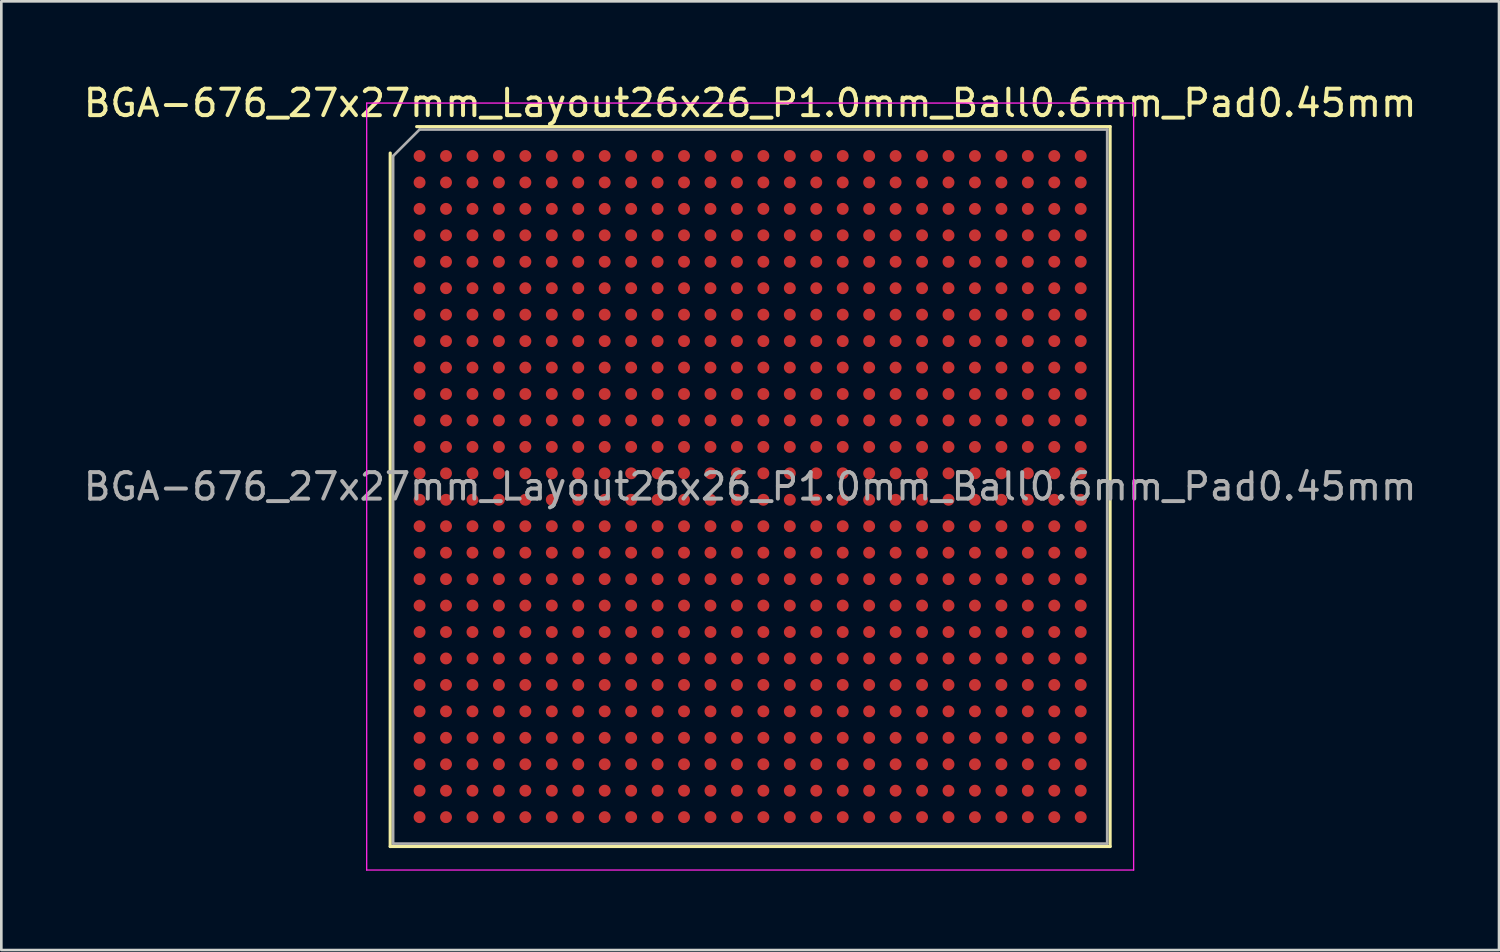
<source format=kicad_pcb>
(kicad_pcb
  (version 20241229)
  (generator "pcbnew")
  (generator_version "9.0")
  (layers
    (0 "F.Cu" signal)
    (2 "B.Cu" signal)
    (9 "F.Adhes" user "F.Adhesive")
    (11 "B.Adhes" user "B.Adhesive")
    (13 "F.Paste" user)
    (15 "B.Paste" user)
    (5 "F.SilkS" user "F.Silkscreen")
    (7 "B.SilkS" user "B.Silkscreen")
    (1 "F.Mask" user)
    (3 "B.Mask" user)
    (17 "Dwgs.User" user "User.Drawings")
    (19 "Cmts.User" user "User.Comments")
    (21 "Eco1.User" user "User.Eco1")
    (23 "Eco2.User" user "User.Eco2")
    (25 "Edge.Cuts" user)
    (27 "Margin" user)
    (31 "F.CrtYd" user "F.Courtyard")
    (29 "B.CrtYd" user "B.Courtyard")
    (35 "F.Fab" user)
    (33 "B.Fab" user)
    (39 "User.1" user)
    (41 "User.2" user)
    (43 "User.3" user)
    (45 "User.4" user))
  (footprint "BGA-676_27x27mm_Layout26x26_P1.0mm_Ball0.6mm_Pad0.45mm"
    (layer "F.Cu")
    (at 25.315 15.348)
    (property "Reference" "BGA-676_27x27mm_Layout26x26_P1.0mm_Ball0.6mm_Pad0.45mm" (at 0 -14.5 0) (layer "F.SilkS") (effects (font (size 1 1) (thickness 0.15))))
    (attr smd)
    (fp_line (start -13.61 13.61) (end -13.61 -12.61) (stroke (width 0.12) (type solid)) (layer "F.SilkS"))
    (fp_line (start -12.61 -13.61) (end 13.61 -13.61) (stroke (width 0.12) (type solid)) (layer "F.SilkS"))
    (fp_line (start 13.61 -13.61) (end 13.61 13.61) (stroke (width 0.12) (type solid)) (layer "F.SilkS"))
    (fp_line (start 13.61 13.61) (end -13.61 13.61) (stroke (width 0.12) (type solid)) (layer "F.SilkS"))
    (fp_line (start -14.5 -14.5) (end -14.5 14.5) (stroke (width 0.05) (type solid)) (layer "F.CrtYd"))
    (fp_line (start -14.5 14.5) (end 14.5 14.5) (stroke (width 0.05) (type solid)) (layer "F.CrtYd"))
    (fp_line (start 14.5 -14.5) (end -14.5 -14.5) (stroke (width 0.05) (type solid)) (layer "F.CrtYd"))
    (fp_line (start 14.5 14.5) (end 14.5 -14.5) (stroke (width 0.05) (type solid)) (layer "F.CrtYd"))
    (fp_line (start -13.5 -12.5) (end -12.5 -13.5) (stroke (width 0.1) (type solid)) (layer "F.Fab"))
    (fp_line (start -13.5 13.5) (end -13.5 -12.5) (stroke (width 0.1) (type solid)) (layer "F.Fab"))
    (fp_line (start -12.5 -13.5) (end 13.5 -13.5) (stroke (width 0.1) (type solid)) (layer "F.Fab"))
    (fp_line (start 13.5 -13.5) (end 13.5 13.5) (stroke (width 0.1) (type solid)) (layer "F.Fab"))
    (fp_line (start 13.5 13.5) (end -13.5 13.5) (stroke (width 0.1) (type solid)) (layer "F.Fab"))
    (fp_text user "${REFERENCE}" (at 0 0 0) (layer "F.Fab") (effects (font (size 1 1) (thickness 0.15))))
    (pad "A1" smd circle (at -12.5 -12.5) (size 0.45 0.45) (layers "F.Cu" "F.Mask" "F.Paste"))
    (pad "A2" smd circle (at -11.5 -12.5) (size 0.45 0.45) (layers "F.Cu" "F.Mask" "F.Paste"))
    (pad "A3" smd circle (at -10.5 -12.5) (size 0.45 0.45) (layers "F.Cu" "F.Mask" "F.Paste"))
    (pad "A4" smd circle (at -9.5 -12.5) (size 0.45 0.45) (layers "F.Cu" "F.Mask" "F.Paste"))
    (pad "A5" smd circle (at -8.5 -12.5) (size 0.45 0.45) (layers "F.Cu" "F.Mask" "F.Paste"))
    (pad "A6" smd circle (at -7.5 -12.5) (size 0.45 0.45) (layers "F.Cu" "F.Mask" "F.Paste"))
    (pad "A7" smd circle (at -6.5 -12.5) (size 0.45 0.45) (layers "F.Cu" "F.Mask" "F.Paste"))
    (pad "A8" smd circle (at -5.5 -12.5) (size 0.45 0.45) (layers "F.Cu" "F.Mask" "F.Paste"))
    (pad "A9" smd circle (at -4.5 -12.5) (size 0.45 0.45) (layers "F.Cu" "F.Mask" "F.Paste"))
    (pad "A10" smd circle (at -3.5 -12.5) (size 0.45 0.45) (layers "F.Cu" "F.Mask" "F.Paste"))
    (pad "A11" smd circle (at -2.5 -12.5) (size 0.45 0.45) (layers "F.Cu" "F.Mask" "F.Paste"))
    (pad "A12" smd circle (at -1.5 -12.5) (size 0.45 0.45) (layers "F.Cu" "F.Mask" "F.Paste"))
    (pad "A13" smd circle (at -0.5 -12.5) (size 0.45 0.45) (layers "F.Cu" "F.Mask" "F.Paste"))
    (pad "A14" smd circle (at 0.5 -12.5) (size 0.45 0.45) (layers "F.Cu" "F.Mask" "F.Paste"))
    (pad "A15" smd circle (at 1.5 -12.5) (size 0.45 0.45) (layers "F.Cu" "F.Mask" "F.Paste"))
    (pad "A16" smd circle (at 2.5 -12.5) (size 0.45 0.45) (layers "F.Cu" "F.Mask" "F.Paste"))
    (pad "A17" smd circle (at 3.5 -12.5) (size 0.45 0.45) (layers "F.Cu" "F.Mask" "F.Paste"))
    (pad "A18" smd circle (at 4.5 -12.5) (size 0.45 0.45) (layers "F.Cu" "F.Mask" "F.Paste"))
    (pad "A19" smd circle (at 5.5 -12.5) (size 0.45 0.45) (layers "F.Cu" "F.Mask" "F.Paste"))
    (pad "A20" smd circle (at 6.5 -12.5) (size 0.45 0.45) (layers "F.Cu" "F.Mask" "F.Paste"))
    (pad "A21" smd circle (at 7.5 -12.5) (size 0.45 0.45) (layers "F.Cu" "F.Mask" "F.Paste"))
    (pad "A22" smd circle (at 8.5 -12.5) (size 0.45 0.45) (layers "F.Cu" "F.Mask" "F.Paste"))
    (pad "A23" smd circle (at 9.5 -12.5) (size 0.45 0.45) (layers "F.Cu" "F.Mask" "F.Paste"))
    (pad "A24" smd circle (at 10.5 -12.5) (size 0.45 0.45) (layers "F.Cu" "F.Mask" "F.Paste"))
    (pad "A25" smd circle (at 11.5 -12.5) (size 0.45 0.45) (layers "F.Cu" "F.Mask" "F.Paste"))
    (pad "A26" smd circle (at 12.5 -12.5) (size 0.45 0.45) (layers "F.Cu" "F.Mask" "F.Paste"))
    (pad "AA1" smd circle (at -12.5 7.5) (size 0.45 0.45) (layers "F.Cu" "F.Mask" "F.Paste"))
    (pad "AA2" smd circle (at -11.5 7.5) (size 0.45 0.45) (layers "F.Cu" "F.Mask" "F.Paste"))
    (pad "AA3" smd circle (at -10.5 7.5) (size 0.45 0.45) (layers "F.Cu" "F.Mask" "F.Paste"))
    (pad "AA4" smd circle (at -9.5 7.5) (size 0.45 0.45) (layers "F.Cu" "F.Mask" "F.Paste"))
    (pad "AA5" smd circle (at -8.5 7.5) (size 0.45 0.45) (layers "F.Cu" "F.Mask" "F.Paste"))
    (pad "AA6" smd circle (at -7.5 7.5) (size 0.45 0.45) (layers "F.Cu" "F.Mask" "F.Paste"))
    (pad "AA7" smd circle (at -6.5 7.5) (size 0.45 0.45) (layers "F.Cu" "F.Mask" "F.Paste"))
    (pad "AA8" smd circle (at -5.5 7.5) (size 0.45 0.45) (layers "F.Cu" "F.Mask" "F.Paste"))
    (pad "AA9" smd circle (at -4.5 7.5) (size 0.45 0.45) (layers "F.Cu" "F.Mask" "F.Paste"))
    (pad "AA10" smd circle (at -3.5 7.5) (size 0.45 0.45) (layers "F.Cu" "F.Mask" "F.Paste"))
    (pad "AA11" smd circle (at -2.5 7.5) (size 0.45 0.45) (layers "F.Cu" "F.Mask" "F.Paste"))
    (pad "AA12" smd circle (at -1.5 7.5) (size 0.45 0.45) (layers "F.Cu" "F.Mask" "F.Paste"))
    (pad "AA13" smd circle (at -0.5 7.5) (size 0.45 0.45) (layers "F.Cu" "F.Mask" "F.Paste"))
    (pad "AA14" smd circle (at 0.5 7.5) (size 0.45 0.45) (layers "F.Cu" "F.Mask" "F.Paste"))
    (pad "AA15" smd circle (at 1.5 7.5) (size 0.45 0.45) (layers "F.Cu" "F.Mask" "F.Paste"))
    (pad "AA16" smd circle (at 2.5 7.5) (size 0.45 0.45) (layers "F.Cu" "F.Mask" "F.Paste"))
    (pad "AA17" smd circle (at 3.5 7.5) (size 0.45 0.45) (layers "F.Cu" "F.Mask" "F.Paste"))
    (pad "AA18" smd circle (at 4.5 7.5) (size 0.45 0.45) (layers "F.Cu" "F.Mask" "F.Paste"))
    (pad "AA19" smd circle (at 5.5 7.5) (size 0.45 0.45) (layers "F.Cu" "F.Mask" "F.Paste"))
    (pad "AA20" smd circle (at 6.5 7.5) (size 0.45 0.45) (layers "F.Cu" "F.Mask" "F.Paste"))
    (pad "AA21" smd circle (at 7.5 7.5) (size 0.45 0.45) (layers "F.Cu" "F.Mask" "F.Paste"))
    (pad "AA22" smd circle (at 8.5 7.5) (size 0.45 0.45) (layers "F.Cu" "F.Mask" "F.Paste"))
    (pad "AA23" smd circle (at 9.5 7.5) (size 0.45 0.45) (layers "F.Cu" "F.Mask" "F.Paste"))
    (pad "AA24" smd circle (at 10.5 7.5) (size 0.45 0.45) (layers "F.Cu" "F.Mask" "F.Paste"))
    (pad "AA25" smd circle (at 11.5 7.5) (size 0.45 0.45) (layers "F.Cu" "F.Mask" "F.Paste"))
    (pad "AA26" smd circle (at 12.5 7.5) (size 0.45 0.45) (layers "F.Cu" "F.Mask" "F.Paste"))
    (pad "AB1" smd circle (at -12.5 8.5) (size 0.45 0.45) (layers "F.Cu" "F.Mask" "F.Paste"))
    (pad "AB2" smd circle (at -11.5 8.5) (size 0.45 0.45) (layers "F.Cu" "F.Mask" "F.Paste"))
    (pad "AB3" smd circle (at -10.5 8.5) (size 0.45 0.45) (layers "F.Cu" "F.Mask" "F.Paste"))
    (pad "AB4" smd circle (at -9.5 8.5) (size 0.45 0.45) (layers "F.Cu" "F.Mask" "F.Paste"))
    (pad "AB5" smd circle (at -8.5 8.5) (size 0.45 0.45) (layers "F.Cu" "F.Mask" "F.Paste"))
    (pad "AB6" smd circle (at -7.5 8.5) (size 0.45 0.45) (layers "F.Cu" "F.Mask" "F.Paste"))
    (pad "AB7" smd circle (at -6.5 8.5) (size 0.45 0.45) (layers "F.Cu" "F.Mask" "F.Paste"))
    (pad "AB8" smd circle (at -5.5 8.5) (size 0.45 0.45) (layers "F.Cu" "F.Mask" "F.Paste"))
    (pad "AB9" smd circle (at -4.5 8.5) (size 0.45 0.45) (layers "F.Cu" "F.Mask" "F.Paste"))
    (pad "AB10" smd circle (at -3.5 8.5) (size 0.45 0.45) (layers "F.Cu" "F.Mask" "F.Paste"))
    (pad "AB11" smd circle (at -2.5 8.5) (size 0.45 0.45) (layers "F.Cu" "F.Mask" "F.Paste"))
    (pad "AB12" smd circle (at -1.5 8.5) (size 0.45 0.45) (layers "F.Cu" "F.Mask" "F.Paste"))
    (pad "AB13" smd circle (at -0.5 8.5) (size 0.45 0.45) (layers "F.Cu" "F.Mask" "F.Paste"))
    (pad "AB14" smd circle (at 0.5 8.5) (size 0.45 0.45) (layers "F.Cu" "F.Mask" "F.Paste"))
    (pad "AB15" smd circle (at 1.5 8.5) (size 0.45 0.45) (layers "F.Cu" "F.Mask" "F.Paste"))
    (pad "AB16" smd circle (at 2.5 8.5) (size 0.45 0.45) (layers "F.Cu" "F.Mask" "F.Paste"))
    (pad "AB17" smd circle (at 3.5 8.5) (size 0.45 0.45) (layers "F.Cu" "F.Mask" "F.Paste"))
    (pad "AB18" smd circle (at 4.5 8.5) (size 0.45 0.45) (layers "F.Cu" "F.Mask" "F.Paste"))
    (pad "AB19" smd circle (at 5.5 8.5) (size 0.45 0.45) (layers "F.Cu" "F.Mask" "F.Paste"))
    (pad "AB20" smd circle (at 6.5 8.5) (size 0.45 0.45) (layers "F.Cu" "F.Mask" "F.Paste"))
    (pad "AB21" smd circle (at 7.5 8.5) (size 0.45 0.45) (layers "F.Cu" "F.Mask" "F.Paste"))
    (pad "AB22" smd circle (at 8.5 8.5) (size 0.45 0.45) (layers "F.Cu" "F.Mask" "F.Paste"))
    (pad "AB23" smd circle (at 9.5 8.5) (size 0.45 0.45) (layers "F.Cu" "F.Mask" "F.Paste"))
    (pad "AB24" smd circle (at 10.5 8.5) (size 0.45 0.45) (layers "F.Cu" "F.Mask" "F.Paste"))
    (pad "AB25" smd circle (at 11.5 8.5) (size 0.45 0.45) (layers "F.Cu" "F.Mask" "F.Paste"))
    (pad "AB26" smd circle (at 12.5 8.5) (size 0.45 0.45) (layers "F.Cu" "F.Mask" "F.Paste"))
    (pad "AC1" smd circle (at -12.5 9.5) (size 0.45 0.45) (layers "F.Cu" "F.Mask" "F.Paste"))
    (pad "AC2" smd circle (at -11.5 9.5) (size 0.45 0.45) (layers "F.Cu" "F.Mask" "F.Paste"))
    (pad "AC3" smd circle (at -10.5 9.5) (size 0.45 0.45) (layers "F.Cu" "F.Mask" "F.Paste"))
    (pad "AC4" smd circle (at -9.5 9.5) (size 0.45 0.45) (layers "F.Cu" "F.Mask" "F.Paste"))
    (pad "AC5" smd circle (at -8.5 9.5) (size 0.45 0.45) (layers "F.Cu" "F.Mask" "F.Paste"))
    (pad "AC6" smd circle (at -7.5 9.5) (size 0.45 0.45) (layers "F.Cu" "F.Mask" "F.Paste"))
    (pad "AC7" smd circle (at -6.5 9.5) (size 0.45 0.45) (layers "F.Cu" "F.Mask" "F.Paste"))
    (pad "AC8" smd circle (at -5.5 9.5) (size 0.45 0.45) (layers "F.Cu" "F.Mask" "F.Paste"))
    (pad "AC9" smd circle (at -4.5 9.5) (size 0.45 0.45) (layers "F.Cu" "F.Mask" "F.Paste"))
    (pad "AC10" smd circle (at -3.5 9.5) (size 0.45 0.45) (layers "F.Cu" "F.Mask" "F.Paste"))
    (pad "AC11" smd circle (at -2.5 9.5) (size 0.45 0.45) (layers "F.Cu" "F.Mask" "F.Paste"))
    (pad "AC12" smd circle (at -1.5 9.5) (size 0.45 0.45) (layers "F.Cu" "F.Mask" "F.Paste"))
    (pad "AC13" smd circle (at -0.5 9.5) (size 0.45 0.45) (layers "F.Cu" "F.Mask" "F.Paste"))
    (pad "AC14" smd circle (at 0.5 9.5) (size 0.45 0.45) (layers "F.Cu" "F.Mask" "F.Paste"))
    (pad "AC15" smd circle (at 1.5 9.5) (size 0.45 0.45) (layers "F.Cu" "F.Mask" "F.Paste"))
    (pad "AC16" smd circle (at 2.5 9.5) (size 0.45 0.45) (layers "F.Cu" "F.Mask" "F.Paste"))
    (pad "AC17" smd circle (at 3.5 9.5) (size 0.45 0.45) (layers "F.Cu" "F.Mask" "F.Paste"))
    (pad "AC18" smd circle (at 4.5 9.5) (size 0.45 0.45) (layers "F.Cu" "F.Mask" "F.Paste"))
    (pad "AC19" smd circle (at 5.5 9.5) (size 0.45 0.45) (layers "F.Cu" "F.Mask" "F.Paste"))
    (pad "AC20" smd circle (at 6.5 9.5) (size 0.45 0.45) (layers "F.Cu" "F.Mask" "F.Paste"))
    (pad "AC21" smd circle (at 7.5 9.5) (size 0.45 0.45) (layers "F.Cu" "F.Mask" "F.Paste"))
    (pad "AC22" smd circle (at 8.5 9.5) (size 0.45 0.45) (layers "F.Cu" "F.Mask" "F.Paste"))
    (pad "AC23" smd circle (at 9.5 9.5) (size 0.45 0.45) (layers "F.Cu" "F.Mask" "F.Paste"))
    (pad "AC24" smd circle (at 10.5 9.5) (size 0.45 0.45) (layers "F.Cu" "F.Mask" "F.Paste"))
    (pad "AC25" smd circle (at 11.5 9.5) (size 0.45 0.45) (layers "F.Cu" "F.Mask" "F.Paste"))
    (pad "AC26" smd circle (at 12.5 9.5) (size 0.45 0.45) (layers "F.Cu" "F.Mask" "F.Paste"))
    (pad "AD1" smd circle (at -12.5 10.5) (size 0.45 0.45) (layers "F.Cu" "F.Mask" "F.Paste"))
    (pad "AD2" smd circle (at -11.5 10.5) (size 0.45 0.45) (layers "F.Cu" "F.Mask" "F.Paste"))
    (pad "AD3" smd circle (at -10.5 10.5) (size 0.45 0.45) (layers "F.Cu" "F.Mask" "F.Paste"))
    (pad "AD4" smd circle (at -9.5 10.5) (size 0.45 0.45) (layers "F.Cu" "F.Mask" "F.Paste"))
    (pad "AD5" smd circle (at -8.5 10.5) (size 0.45 0.45) (layers "F.Cu" "F.Mask" "F.Paste"))
    (pad "AD6" smd circle (at -7.5 10.5) (size 0.45 0.45) (layers "F.Cu" "F.Mask" "F.Paste"))
    (pad "AD7" smd circle (at -6.5 10.5) (size 0.45 0.45) (layers "F.Cu" "F.Mask" "F.Paste"))
    (pad "AD8" smd circle (at -5.5 10.5) (size 0.45 0.45) (layers "F.Cu" "F.Mask" "F.Paste"))
    (pad "AD9" smd circle (at -4.5 10.5) (size 0.45 0.45) (layers "F.Cu" "F.Mask" "F.Paste"))
    (pad "AD10" smd circle (at -3.5 10.5) (size 0.45 0.45) (layers "F.Cu" "F.Mask" "F.Paste"))
    (pad "AD11" smd circle (at -2.5 10.5) (size 0.45 0.45) (layers "F.Cu" "F.Mask" "F.Paste"))
    (pad "AD12" smd circle (at -1.5 10.5) (size 0.45 0.45) (layers "F.Cu" "F.Mask" "F.Paste"))
    (pad "AD13" smd circle (at -0.5 10.5) (size 0.45 0.45) (layers "F.Cu" "F.Mask" "F.Paste"))
    (pad "AD14" smd circle (at 0.5 10.5) (size 0.45 0.45) (layers "F.Cu" "F.Mask" "F.Paste"))
    (pad "AD15" smd circle (at 1.5 10.5) (size 0.45 0.45) (layers "F.Cu" "F.Mask" "F.Paste"))
    (pad "AD16" smd circle (at 2.5 10.5) (size 0.45 0.45) (layers "F.Cu" "F.Mask" "F.Paste"))
    (pad "AD17" smd circle (at 3.5 10.5) (size 0.45 0.45) (layers "F.Cu" "F.Mask" "F.Paste"))
    (pad "AD18" smd circle (at 4.5 10.5) (size 0.45 0.45) (layers "F.Cu" "F.Mask" "F.Paste"))
    (pad "AD19" smd circle (at 5.5 10.5) (size 0.45 0.45) (layers "F.Cu" "F.Mask" "F.Paste"))
    (pad "AD20" smd circle (at 6.5 10.5) (size 0.45 0.45) (layers "F.Cu" "F.Mask" "F.Paste"))
    (pad "AD21" smd circle (at 7.5 10.5) (size 0.45 0.45) (layers "F.Cu" "F.Mask" "F.Paste"))
    (pad "AD22" smd circle (at 8.5 10.5) (size 0.45 0.45) (layers "F.Cu" "F.Mask" "F.Paste"))
    (pad "AD23" smd circle (at 9.5 10.5) (size 0.45 0.45) (layers "F.Cu" "F.Mask" "F.Paste"))
    (pad "AD24" smd circle (at 10.5 10.5) (size 0.45 0.45) (layers "F.Cu" "F.Mask" "F.Paste"))
    (pad "AD25" smd circle (at 11.5 10.5) (size 0.45 0.45) (layers "F.Cu" "F.Mask" "F.Paste"))
    (pad "AD26" smd circle (at 12.5 10.5) (size 0.45 0.45) (layers "F.Cu" "F.Mask" "F.Paste"))
    (pad "AE1" smd circle (at -12.5 11.5) (size 0.45 0.45) (layers "F.Cu" "F.Mask" "F.Paste"))
    (pad "AE2" smd circle (at -11.5 11.5) (size 0.45 0.45) (layers "F.Cu" "F.Mask" "F.Paste"))
    (pad "AE3" smd circle (at -10.5 11.5) (size 0.45 0.45) (layers "F.Cu" "F.Mask" "F.Paste"))
    (pad "AE4" smd circle (at -9.5 11.5) (size 0.45 0.45) (layers "F.Cu" "F.Mask" "F.Paste"))
    (pad "AE5" smd circle (at -8.5 11.5) (size 0.45 0.45) (layers "F.Cu" "F.Mask" "F.Paste"))
    (pad "AE6" smd circle (at -7.5 11.5) (size 0.45 0.45) (layers "F.Cu" "F.Mask" "F.Paste"))
    (pad "AE7" smd circle (at -6.5 11.5) (size 0.45 0.45) (layers "F.Cu" "F.Mask" "F.Paste"))
    (pad "AE8" smd circle (at -5.5 11.5) (size 0.45 0.45) (layers "F.Cu" "F.Mask" "F.Paste"))
    (pad "AE9" smd circle (at -4.5 11.5) (size 0.45 0.45) (layers "F.Cu" "F.Mask" "F.Paste"))
    (pad "AE10" smd circle (at -3.5 11.5) (size 0.45 0.45) (layers "F.Cu" "F.Mask" "F.Paste"))
    (pad "AE11" smd circle (at -2.5 11.5) (size 0.45 0.45) (layers "F.Cu" "F.Mask" "F.Paste"))
    (pad "AE12" smd circle (at -1.5 11.5) (size 0.45 0.45) (layers "F.Cu" "F.Mask" "F.Paste"))
    (pad "AE13" smd circle (at -0.5 11.5) (size 0.45 0.45) (layers "F.Cu" "F.Mask" "F.Paste"))
    (pad "AE14" smd circle (at 0.5 11.5) (size 0.45 0.45) (layers "F.Cu" "F.Mask" "F.Paste"))
    (pad "AE15" smd circle (at 1.5 11.5) (size 0.45 0.45) (layers "F.Cu" "F.Mask" "F.Paste"))
    (pad "AE16" smd circle (at 2.5 11.5) (size 0.45 0.45) (layers "F.Cu" "F.Mask" "F.Paste"))
    (pad "AE17" smd circle (at 3.5 11.5) (size 0.45 0.45) (layers "F.Cu" "F.Mask" "F.Paste"))
    (pad "AE18" smd circle (at 4.5 11.5) (size 0.45 0.45) (layers "F.Cu" "F.Mask" "F.Paste"))
    (pad "AE19" smd circle (at 5.5 11.5) (size 0.45 0.45) (layers "F.Cu" "F.Mask" "F.Paste"))
    (pad "AE20" smd circle (at 6.5 11.5) (size 0.45 0.45) (layers "F.Cu" "F.Mask" "F.Paste"))
    (pad "AE21" smd circle (at 7.5 11.5) (size 0.45 0.45) (layers "F.Cu" "F.Mask" "F.Paste"))
    (pad "AE22" smd circle (at 8.5 11.5) (size 0.45 0.45) (layers "F.Cu" "F.Mask" "F.Paste"))
    (pad "AE23" smd circle (at 9.5 11.5) (size 0.45 0.45) (layers "F.Cu" "F.Mask" "F.Paste"))
    (pad "AE24" smd circle (at 10.5 11.5) (size 0.45 0.45) (layers "F.Cu" "F.Mask" "F.Paste"))
    (pad "AE25" smd circle (at 11.5 11.5) (size 0.45 0.45) (layers "F.Cu" "F.Mask" "F.Paste"))
    (pad "AE26" smd circle (at 12.5 11.5) (size 0.45 0.45) (layers "F.Cu" "F.Mask" "F.Paste"))
    (pad "AF1" smd circle (at -12.5 12.5) (size 0.45 0.45) (layers "F.Cu" "F.Mask" "F.Paste"))
    (pad "AF2" smd circle (at -11.5 12.5) (size 0.45 0.45) (layers "F.Cu" "F.Mask" "F.Paste"))
    (pad "AF3" smd circle (at -10.5 12.5) (size 0.45 0.45) (layers "F.Cu" "F.Mask" "F.Paste"))
    (pad "AF4" smd circle (at -9.5 12.5) (size 0.45 0.45) (layers "F.Cu" "F.Mask" "F.Paste"))
    (pad "AF5" smd circle (at -8.5 12.5) (size 0.45 0.45) (layers "F.Cu" "F.Mask" "F.Paste"))
    (pad "AF6" smd circle (at -7.5 12.5) (size 0.45 0.45) (layers "F.Cu" "F.Mask" "F.Paste"))
    (pad "AF7" smd circle (at -6.5 12.5) (size 0.45 0.45) (layers "F.Cu" "F.Mask" "F.Paste"))
    (pad "AF8" smd circle (at -5.5 12.5) (size 0.45 0.45) (layers "F.Cu" "F.Mask" "F.Paste"))
    (pad "AF9" smd circle (at -4.5 12.5) (size 0.45 0.45) (layers "F.Cu" "F.Mask" "F.Paste"))
    (pad "AF10" smd circle (at -3.5 12.5) (size 0.45 0.45) (layers "F.Cu" "F.Mask" "F.Paste"))
    (pad "AF11" smd circle (at -2.5 12.5) (size 0.45 0.45) (layers "F.Cu" "F.Mask" "F.Paste"))
    (pad "AF12" smd circle (at -1.5 12.5) (size 0.45 0.45) (layers "F.Cu" "F.Mask" "F.Paste"))
    (pad "AF13" smd circle (at -0.5 12.5) (size 0.45 0.45) (layers "F.Cu" "F.Mask" "F.Paste"))
    (pad "AF14" smd circle (at 0.5 12.5) (size 0.45 0.45) (layers "F.Cu" "F.Mask" "F.Paste"))
    (pad "AF15" smd circle (at 1.5 12.5) (size 0.45 0.45) (layers "F.Cu" "F.Mask" "F.Paste"))
    (pad "AF16" smd circle (at 2.5 12.5) (size 0.45 0.45) (layers "F.Cu" "F.Mask" "F.Paste"))
    (pad "AF17" smd circle (at 3.5 12.5) (size 0.45 0.45) (layers "F.Cu" "F.Mask" "F.Paste"))
    (pad "AF18" smd circle (at 4.5 12.5) (size 0.45 0.45) (layers "F.Cu" "F.Mask" "F.Paste"))
    (pad "AF19" smd circle (at 5.5 12.5) (size 0.45 0.45) (layers "F.Cu" "F.Mask" "F.Paste"))
    (pad "AF20" smd circle (at 6.5 12.5) (size 0.45 0.45) (layers "F.Cu" "F.Mask" "F.Paste"))
    (pad "AF21" smd circle (at 7.5 12.5) (size 0.45 0.45) (layers "F.Cu" "F.Mask" "F.Paste"))
    (pad "AF22" smd circle (at 8.5 12.5) (size 0.45 0.45) (layers "F.Cu" "F.Mask" "F.Paste"))
    (pad "AF23" smd circle (at 9.5 12.5) (size 0.45 0.45) (layers "F.Cu" "F.Mask" "F.Paste"))
    (pad "AF24" smd circle (at 10.5 12.5) (size 0.45 0.45) (layers "F.Cu" "F.Mask" "F.Paste"))
    (pad "AF25" smd circle (at 11.5 12.5) (size 0.45 0.45) (layers "F.Cu" "F.Mask" "F.Paste"))
    (pad "AF26" smd circle (at 12.5 12.5) (size 0.45 0.45) (layers "F.Cu" "F.Mask" "F.Paste"))
    (pad "B1" smd circle (at -12.5 -11.5) (size 0.45 0.45) (layers "F.Cu" "F.Mask" "F.Paste"))
    (pad "B2" smd circle (at -11.5 -11.5) (size 0.45 0.45) (layers "F.Cu" "F.Mask" "F.Paste"))
    (pad "B3" smd circle (at -10.5 -11.5) (size 0.45 0.45) (layers "F.Cu" "F.Mask" "F.Paste"))
    (pad "B4" smd circle (at -9.5 -11.5) (size 0.45 0.45) (layers "F.Cu" "F.Mask" "F.Paste"))
    (pad "B5" smd circle (at -8.5 -11.5) (size 0.45 0.45) (layers "F.Cu" "F.Mask" "F.Paste"))
    (pad "B6" smd circle (at -7.5 -11.5) (size 0.45 0.45) (layers "F.Cu" "F.Mask" "F.Paste"))
    (pad "B7" smd circle (at -6.5 -11.5) (size 0.45 0.45) (layers "F.Cu" "F.Mask" "F.Paste"))
    (pad "B8" smd circle (at -5.5 -11.5) (size 0.45 0.45) (layers "F.Cu" "F.Mask" "F.Paste"))
    (pad "B9" smd circle (at -4.5 -11.5) (size 0.45 0.45) (layers "F.Cu" "F.Mask" "F.Paste"))
    (pad "B10" smd circle (at -3.5 -11.5) (size 0.45 0.45) (layers "F.Cu" "F.Mask" "F.Paste"))
    (pad "B11" smd circle (at -2.5 -11.5) (size 0.45 0.45) (layers "F.Cu" "F.Mask" "F.Paste"))
    (pad "B12" smd circle (at -1.5 -11.5) (size 0.45 0.45) (layers "F.Cu" "F.Mask" "F.Paste"))
    (pad "B13" smd circle (at -0.5 -11.5) (size 0.45 0.45) (layers "F.Cu" "F.Mask" "F.Paste"))
    (pad "B14" smd circle (at 0.5 -11.5) (size 0.45 0.45) (layers "F.Cu" "F.Mask" "F.Paste"))
    (pad "B15" smd circle (at 1.5 -11.5) (size 0.45 0.45) (layers "F.Cu" "F.Mask" "F.Paste"))
    (pad "B16" smd circle (at 2.5 -11.5) (size 0.45 0.45) (layers "F.Cu" "F.Mask" "F.Paste"))
    (pad "B17" smd circle (at 3.5 -11.5) (size 0.45 0.45) (layers "F.Cu" "F.Mask" "F.Paste"))
    (pad "B18" smd circle (at 4.5 -11.5) (size 0.45 0.45) (layers "F.Cu" "F.Mask" "F.Paste"))
    (pad "B19" smd circle (at 5.5 -11.5) (size 0.45 0.45) (layers "F.Cu" "F.Mask" "F.Paste"))
    (pad "B20" smd circle (at 6.5 -11.5) (size 0.45 0.45) (layers "F.Cu" "F.Mask" "F.Paste"))
    (pad "B21" smd circle (at 7.5 -11.5) (size 0.45 0.45) (layers "F.Cu" "F.Mask" "F.Paste"))
    (pad "B22" smd circle (at 8.5 -11.5) (size 0.45 0.45) (layers "F.Cu" "F.Mask" "F.Paste"))
    (pad "B23" smd circle (at 9.5 -11.5) (size 0.45 0.45) (layers "F.Cu" "F.Mask" "F.Paste"))
    (pad "B24" smd circle (at 10.5 -11.5) (size 0.45 0.45) (layers "F.Cu" "F.Mask" "F.Paste"))
    (pad "B25" smd circle (at 11.5 -11.5) (size 0.45 0.45) (layers "F.Cu" "F.Mask" "F.Paste"))
    (pad "B26" smd circle (at 12.5 -11.5) (size 0.45 0.45) (layers "F.Cu" "F.Mask" "F.Paste"))
    (pad "C1" smd circle (at -12.5 -10.5) (size 0.45 0.45) (layers "F.Cu" "F.Mask" "F.Paste"))
    (pad "C2" smd circle (at -11.5 -10.5) (size 0.45 0.45) (layers "F.Cu" "F.Mask" "F.Paste"))
    (pad "C3" smd circle (at -10.5 -10.5) (size 0.45 0.45) (layers "F.Cu" "F.Mask" "F.Paste"))
    (pad "C4" smd circle (at -9.5 -10.5) (size 0.45 0.45) (layers "F.Cu" "F.Mask" "F.Paste"))
    (pad "C5" smd circle (at -8.5 -10.5) (size 0.45 0.45) (layers "F.Cu" "F.Mask" "F.Paste"))
    (pad "C6" smd circle (at -7.5 -10.5) (size 0.45 0.45) (layers "F.Cu" "F.Mask" "F.Paste"))
    (pad "C7" smd circle (at -6.5 -10.5) (size 0.45 0.45) (layers "F.Cu" "F.Mask" "F.Paste"))
    (pad "C8" smd circle (at -5.5 -10.5) (size 0.45 0.45) (layers "F.Cu" "F.Mask" "F.Paste"))
    (pad "C9" smd circle (at -4.5 -10.5) (size 0.45 0.45) (layers "F.Cu" "F.Mask" "F.Paste"))
    (pad "C10" smd circle (at -3.5 -10.5) (size 0.45 0.45) (layers "F.Cu" "F.Mask" "F.Paste"))
    (pad "C11" smd circle (at -2.5 -10.5) (size 0.45 0.45) (layers "F.Cu" "F.Mask" "F.Paste"))
    (pad "C12" smd circle (at -1.5 -10.5) (size 0.45 0.45) (layers "F.Cu" "F.Mask" "F.Paste"))
    (pad "C13" smd circle (at -0.5 -10.5) (size 0.45 0.45) (layers "F.Cu" "F.Mask" "F.Paste"))
    (pad "C14" smd circle (at 0.5 -10.5) (size 0.45 0.45) (layers "F.Cu" "F.Mask" "F.Paste"))
    (pad "C15" smd circle (at 1.5 -10.5) (size 0.45 0.45) (layers "F.Cu" "F.Mask" "F.Paste"))
    (pad "C16" smd circle (at 2.5 -10.5) (size 0.45 0.45) (layers "F.Cu" "F.Mask" "F.Paste"))
    (pad "C17" smd circle (at 3.5 -10.5) (size 0.45 0.45) (layers "F.Cu" "F.Mask" "F.Paste"))
    (pad "C18" smd circle (at 4.5 -10.5) (size 0.45 0.45) (layers "F.Cu" "F.Mask" "F.Paste"))
    (pad "C19" smd circle (at 5.5 -10.5) (size 0.45 0.45) (layers "F.Cu" "F.Mask" "F.Paste"))
    (pad "C20" smd circle (at 6.5 -10.5) (size 0.45 0.45) (layers "F.Cu" "F.Mask" "F.Paste"))
    (pad "C21" smd circle (at 7.5 -10.5) (size 0.45 0.45) (layers "F.Cu" "F.Mask" "F.Paste"))
    (pad "C22" smd circle (at 8.5 -10.5) (size 0.45 0.45) (layers "F.Cu" "F.Mask" "F.Paste"))
    (pad "C23" smd circle (at 9.5 -10.5) (size 0.45 0.45) (layers "F.Cu" "F.Mask" "F.Paste"))
    (pad "C24" smd circle (at 10.5 -10.5) (size 0.45 0.45) (layers "F.Cu" "F.Mask" "F.Paste"))
    (pad "C25" smd circle (at 11.5 -10.5) (size 0.45 0.45) (layers "F.Cu" "F.Mask" "F.Paste"))
    (pad "C26" smd circle (at 12.5 -10.5) (size 0.45 0.45) (layers "F.Cu" "F.Mask" "F.Paste"))
    (pad "D1" smd circle (at -12.5 -9.5) (size 0.45 0.45) (layers "F.Cu" "F.Mask" "F.Paste"))
    (pad "D2" smd circle (at -11.5 -9.5) (size 0.45 0.45) (layers "F.Cu" "F.Mask" "F.Paste"))
    (pad "D3" smd circle (at -10.5 -9.5) (size 0.45 0.45) (layers "F.Cu" "F.Mask" "F.Paste"))
    (pad "D4" smd circle (at -9.5 -9.5) (size 0.45 0.45) (layers "F.Cu" "F.Mask" "F.Paste"))
    (pad "D5" smd circle (at -8.5 -9.5) (size 0.45 0.45) (layers "F.Cu" "F.Mask" "F.Paste"))
    (pad "D6" smd circle (at -7.5 -9.5) (size 0.45 0.45) (layers "F.Cu" "F.Mask" "F.Paste"))
    (pad "D7" smd circle (at -6.5 -9.5) (size 0.45 0.45) (layers "F.Cu" "F.Mask" "F.Paste"))
    (pad "D8" smd circle (at -5.5 -9.5) (size 0.45 0.45) (layers "F.Cu" "F.Mask" "F.Paste"))
    (pad "D9" smd circle (at -4.5 -9.5) (size 0.45 0.45) (layers "F.Cu" "F.Mask" "F.Paste"))
    (pad "D10" smd circle (at -3.5 -9.5) (size 0.45 0.45) (layers "F.Cu" "F.Mask" "F.Paste"))
    (pad "D11" smd circle (at -2.5 -9.5) (size 0.45 0.45) (layers "F.Cu" "F.Mask" "F.Paste"))
    (pad "D12" smd circle (at -1.5 -9.5) (size 0.45 0.45) (layers "F.Cu" "F.Mask" "F.Paste"))
    (pad "D13" smd circle (at -0.5 -9.5) (size 0.45 0.45) (layers "F.Cu" "F.Mask" "F.Paste"))
    (pad "D14" smd circle (at 0.5 -9.5) (size 0.45 0.45) (layers "F.Cu" "F.Mask" "F.Paste"))
    (pad "D15" smd circle (at 1.5 -9.5) (size 0.45 0.45) (layers "F.Cu" "F.Mask" "F.Paste"))
    (pad "D16" smd circle (at 2.5 -9.5) (size 0.45 0.45) (layers "F.Cu" "F.Mask" "F.Paste"))
    (pad "D17" smd circle (at 3.5 -9.5) (size 0.45 0.45) (layers "F.Cu" "F.Mask" "F.Paste"))
    (pad "D18" smd circle (at 4.5 -9.5) (size 0.45 0.45) (layers "F.Cu" "F.Mask" "F.Paste"))
    (pad "D19" smd circle (at 5.5 -9.5) (size 0.45 0.45) (layers "F.Cu" "F.Mask" "F.Paste"))
    (pad "D20" smd circle (at 6.5 -9.5) (size 0.45 0.45) (layers "F.Cu" "F.Mask" "F.Paste"))
    (pad "D21" smd circle (at 7.5 -9.5) (size 0.45 0.45) (layers "F.Cu" "F.Mask" "F.Paste"))
    (pad "D22" smd circle (at 8.5 -9.5) (size 0.45 0.45) (layers "F.Cu" "F.Mask" "F.Paste"))
    (pad "D23" smd circle (at 9.5 -9.5) (size 0.45 0.45) (layers "F.Cu" "F.Mask" "F.Paste"))
    (pad "D24" smd circle (at 10.5 -9.5) (size 0.45 0.45) (layers "F.Cu" "F.Mask" "F.Paste"))
    (pad "D25" smd circle (at 11.5 -9.5) (size 0.45 0.45) (layers "F.Cu" "F.Mask" "F.Paste"))
    (pad "D26" smd circle (at 12.5 -9.5) (size 0.45 0.45) (layers "F.Cu" "F.Mask" "F.Paste"))
    (pad "E1" smd circle (at -12.5 -8.5) (size 0.45 0.45) (layers "F.Cu" "F.Mask" "F.Paste"))
    (pad "E2" smd circle (at -11.5 -8.5) (size 0.45 0.45) (layers "F.Cu" "F.Mask" "F.Paste"))
    (pad "E3" smd circle (at -10.5 -8.5) (size 0.45 0.45) (layers "F.Cu" "F.Mask" "F.Paste"))
    (pad "E4" smd circle (at -9.5 -8.5) (size 0.45 0.45) (layers "F.Cu" "F.Mask" "F.Paste"))
    (pad "E5" smd circle (at -8.5 -8.5) (size 0.45 0.45) (layers "F.Cu" "F.Mask" "F.Paste"))
    (pad "E6" smd circle (at -7.5 -8.5) (size 0.45 0.45) (layers "F.Cu" "F.Mask" "F.Paste"))
    (pad "E7" smd circle (at -6.5 -8.5) (size 0.45 0.45) (layers "F.Cu" "F.Mask" "F.Paste"))
    (pad "E8" smd circle (at -5.5 -8.5) (size 0.45 0.45) (layers "F.Cu" "F.Mask" "F.Paste"))
    (pad "E9" smd circle (at -4.5 -8.5) (size 0.45 0.45) (layers "F.Cu" "F.Mask" "F.Paste"))
    (pad "E10" smd circle (at -3.5 -8.5) (size 0.45 0.45) (layers "F.Cu" "F.Mask" "F.Paste"))
    (pad "E11" smd circle (at -2.5 -8.5) (size 0.45 0.45) (layers "F.Cu" "F.Mask" "F.Paste"))
    (pad "E12" smd circle (at -1.5 -8.5) (size 0.45 0.45) (layers "F.Cu" "F.Mask" "F.Paste"))
    (pad "E13" smd circle (at -0.5 -8.5) (size 0.45 0.45) (layers "F.Cu" "F.Mask" "F.Paste"))
    (pad "E14" smd circle (at 0.5 -8.5) (size 0.45 0.45) (layers "F.Cu" "F.Mask" "F.Paste"))
    (pad "E15" smd circle (at 1.5 -8.5) (size 0.45 0.45) (layers "F.Cu" "F.Mask" "F.Paste"))
    (pad "E16" smd circle (at 2.5 -8.5) (size 0.45 0.45) (layers "F.Cu" "F.Mask" "F.Paste"))
    (pad "E17" smd circle (at 3.5 -8.5) (size 0.45 0.45) (layers "F.Cu" "F.Mask" "F.Paste"))
    (pad "E18" smd circle (at 4.5 -8.5) (size 0.45 0.45) (layers "F.Cu" "F.Mask" "F.Paste"))
    (pad "E19" smd circle (at 5.5 -8.5) (size 0.45 0.45) (layers "F.Cu" "F.Mask" "F.Paste"))
    (pad "E20" smd circle (at 6.5 -8.5) (size 0.45 0.45) (layers "F.Cu" "F.Mask" "F.Paste"))
    (pad "E21" smd circle (at 7.5 -8.5) (size 0.45 0.45) (layers "F.Cu" "F.Mask" "F.Paste"))
    (pad "E22" smd circle (at 8.5 -8.5) (size 0.45 0.45) (layers "F.Cu" "F.Mask" "F.Paste"))
    (pad "E23" smd circle (at 9.5 -8.5) (size 0.45 0.45) (layers "F.Cu" "F.Mask" "F.Paste"))
    (pad "E24" smd circle (at 10.5 -8.5) (size 0.45 0.45) (layers "F.Cu" "F.Mask" "F.Paste"))
    (pad "E25" smd circle (at 11.5 -8.5) (size 0.45 0.45) (layers "F.Cu" "F.Mask" "F.Paste"))
    (pad "E26" smd circle (at 12.5 -8.5) (size 0.45 0.45) (layers "F.Cu" "F.Mask" "F.Paste"))
    (pad "F1" smd circle (at -12.5 -7.5) (size 0.45 0.45) (layers "F.Cu" "F.Mask" "F.Paste"))
    (pad "F2" smd circle (at -11.5 -7.5) (size 0.45 0.45) (layers "F.Cu" "F.Mask" "F.Paste"))
    (pad "F3" smd circle (at -10.5 -7.5) (size 0.45 0.45) (layers "F.Cu" "F.Mask" "F.Paste"))
    (pad "F4" smd circle (at -9.5 -7.5) (size 0.45 0.45) (layers "F.Cu" "F.Mask" "F.Paste"))
    (pad "F5" smd circle (at -8.5 -7.5) (size 0.45 0.45) (layers "F.Cu" "F.Mask" "F.Paste"))
    (pad "F6" smd circle (at -7.5 -7.5) (size 0.45 0.45) (layers "F.Cu" "F.Mask" "F.Paste"))
    (pad "F7" smd circle (at -6.5 -7.5) (size 0.45 0.45) (layers "F.Cu" "F.Mask" "F.Paste"))
    (pad "F8" smd circle (at -5.5 -7.5) (size 0.45 0.45) (layers "F.Cu" "F.Mask" "F.Paste"))
    (pad "F9" smd circle (at -4.5 -7.5) (size 0.45 0.45) (layers "F.Cu" "F.Mask" "F.Paste"))
    (pad "F10" smd circle (at -3.5 -7.5) (size 0.45 0.45) (layers "F.Cu" "F.Mask" "F.Paste"))
    (pad "F11" smd circle (at -2.5 -7.5) (size 0.45 0.45) (layers "F.Cu" "F.Mask" "F.Paste"))
    (pad "F12" smd circle (at -1.5 -7.5) (size 0.45 0.45) (layers "F.Cu" "F.Mask" "F.Paste"))
    (pad "F13" smd circle (at -0.5 -7.5) (size 0.45 0.45) (layers "F.Cu" "F.Mask" "F.Paste"))
    (pad "F14" smd circle (at 0.5 -7.5) (size 0.45 0.45) (layers "F.Cu" "F.Mask" "F.Paste"))
    (pad "F15" smd circle (at 1.5 -7.5) (size 0.45 0.45) (layers "F.Cu" "F.Mask" "F.Paste"))
    (pad "F16" smd circle (at 2.5 -7.5) (size 0.45 0.45) (layers "F.Cu" "F.Mask" "F.Paste"))
    (pad "F17" smd circle (at 3.5 -7.5) (size 0.45 0.45) (layers "F.Cu" "F.Mask" "F.Paste"))
    (pad "F18" smd circle (at 4.5 -7.5) (size 0.45 0.45) (layers "F.Cu" "F.Mask" "F.Paste"))
    (pad "F19" smd circle (at 5.5 -7.5) (size 0.45 0.45) (layers "F.Cu" "F.Mask" "F.Paste"))
    (pad "F20" smd circle (at 6.5 -7.5) (size 0.45 0.45) (layers "F.Cu" "F.Mask" "F.Paste"))
    (pad "F21" smd circle (at 7.5 -7.5) (size 0.45 0.45) (layers "F.Cu" "F.Mask" "F.Paste"))
    (pad "F22" smd circle (at 8.5 -7.5) (size 0.45 0.45) (layers "F.Cu" "F.Mask" "F.Paste"))
    (pad "F23" smd circle (at 9.5 -7.5) (size 0.45 0.45) (layers "F.Cu" "F.Mask" "F.Paste"))
    (pad "F24" smd circle (at 10.5 -7.5) (size 0.45 0.45) (layers "F.Cu" "F.Mask" "F.Paste"))
    (pad "F25" smd circle (at 11.5 -7.5) (size 0.45 0.45) (layers "F.Cu" "F.Mask" "F.Paste"))
    (pad "F26" smd circle (at 12.5 -7.5) (size 0.45 0.45) (layers "F.Cu" "F.Mask" "F.Paste"))
    (pad "G1" smd circle (at -12.5 -6.5) (size 0.45 0.45) (layers "F.Cu" "F.Mask" "F.Paste"))
    (pad "G2" smd circle (at -11.5 -6.5) (size 0.45 0.45) (layers "F.Cu" "F.Mask" "F.Paste"))
    (pad "G3" smd circle (at -10.5 -6.5) (size 0.45 0.45) (layers "F.Cu" "F.Mask" "F.Paste"))
    (pad "G4" smd circle (at -9.5 -6.5) (size 0.45 0.45) (layers "F.Cu" "F.Mask" "F.Paste"))
    (pad "G5" smd circle (at -8.5 -6.5) (size 0.45 0.45) (layers "F.Cu" "F.Mask" "F.Paste"))
    (pad "G6" smd circle (at -7.5 -6.5) (size 0.45 0.45) (layers "F.Cu" "F.Mask" "F.Paste"))
    (pad "G7" smd circle (at -6.5 -6.5) (size 0.45 0.45) (layers "F.Cu" "F.Mask" "F.Paste"))
    (pad "G8" smd circle (at -5.5 -6.5) (size 0.45 0.45) (layers "F.Cu" "F.Mask" "F.Paste"))
    (pad "G9" smd circle (at -4.5 -6.5) (size 0.45 0.45) (layers "F.Cu" "F.Mask" "F.Paste"))
    (pad "G10" smd circle (at -3.5 -6.5) (size 0.45 0.45) (layers "F.Cu" "F.Mask" "F.Paste"))
    (pad "G11" smd circle (at -2.5 -6.5) (size 0.45 0.45) (layers "F.Cu" "F.Mask" "F.Paste"))
    (pad "G12" smd circle (at -1.5 -6.5) (size 0.45 0.45) (layers "F.Cu" "F.Mask" "F.Paste"))
    (pad "G13" smd circle (at -0.5 -6.5) (size 0.45 0.45) (layers "F.Cu" "F.Mask" "F.Paste"))
    (pad "G14" smd circle (at 0.5 -6.5) (size 0.45 0.45) (layers "F.Cu" "F.Mask" "F.Paste"))
    (pad "G15" smd circle (at 1.5 -6.5) (size 0.45 0.45) (layers "F.Cu" "F.Mask" "F.Paste"))
    (pad "G16" smd circle (at 2.5 -6.5) (size 0.45 0.45) (layers "F.Cu" "F.Mask" "F.Paste"))
    (pad "G17" smd circle (at 3.5 -6.5) (size 0.45 0.45) (layers "F.Cu" "F.Mask" "F.Paste"))
    (pad "G18" smd circle (at 4.5 -6.5) (size 0.45 0.45) (layers "F.Cu" "F.Mask" "F.Paste"))
    (pad "G19" smd circle (at 5.5 -6.5) (size 0.45 0.45) (layers "F.Cu" "F.Mask" "F.Paste"))
    (pad "G20" smd circle (at 6.5 -6.5) (size 0.45 0.45) (layers "F.Cu" "F.Mask" "F.Paste"))
    (pad "G21" smd circle (at 7.5 -6.5) (size 0.45 0.45) (layers "F.Cu" "F.Mask" "F.Paste"))
    (pad "G22" smd circle (at 8.5 -6.5) (size 0.45 0.45) (layers "F.Cu" "F.Mask" "F.Paste"))
    (pad "G23" smd circle (at 9.5 -6.5) (size 0.45 0.45) (layers "F.Cu" "F.Mask" "F.Paste"))
    (pad "G24" smd circle (at 10.5 -6.5) (size 0.45 0.45) (layers "F.Cu" "F.Mask" "F.Paste"))
    (pad "G25" smd circle (at 11.5 -6.5) (size 0.45 0.45) (layers "F.Cu" "F.Mask" "F.Paste"))
    (pad "G26" smd circle (at 12.5 -6.5) (size 0.45 0.45) (layers "F.Cu" "F.Mask" "F.Paste"))
    (pad "H1" smd circle (at -12.5 -5.5) (size 0.45 0.45) (layers "F.Cu" "F.Mask" "F.Paste"))
    (pad "H2" smd circle (at -11.5 -5.5) (size 0.45 0.45) (layers "F.Cu" "F.Mask" "F.Paste"))
    (pad "H3" smd circle (at -10.5 -5.5) (size 0.45 0.45) (layers "F.Cu" "F.Mask" "F.Paste"))
    (pad "H4" smd circle (at -9.5 -5.5) (size 0.45 0.45) (layers "F.Cu" "F.Mask" "F.Paste"))
    (pad "H5" smd circle (at -8.5 -5.5) (size 0.45 0.45) (layers "F.Cu" "F.Mask" "F.Paste"))
    (pad "H6" smd circle (at -7.5 -5.5) (size 0.45 0.45) (layers "F.Cu" "F.Mask" "F.Paste"))
    (pad "H7" smd circle (at -6.5 -5.5) (size 0.45 0.45) (layers "F.Cu" "F.Mask" "F.Paste"))
    (pad "H8" smd circle (at -5.5 -5.5) (size 0.45 0.45) (layers "F.Cu" "F.Mask" "F.Paste"))
    (pad "H9" smd circle (at -4.5 -5.5) (size 0.45 0.45) (layers "F.Cu" "F.Mask" "F.Paste"))
    (pad "H10" smd circle (at -3.5 -5.5) (size 0.45 0.45) (layers "F.Cu" "F.Mask" "F.Paste"))
    (pad "H11" smd circle (at -2.5 -5.5) (size 0.45 0.45) (layers "F.Cu" "F.Mask" "F.Paste"))
    (pad "H12" smd circle (at -1.5 -5.5) (size 0.45 0.45) (layers "F.Cu" "F.Mask" "F.Paste"))
    (pad "H13" smd circle (at -0.5 -5.5) (size 0.45 0.45) (layers "F.Cu" "F.Mask" "F.Paste"))
    (pad "H14" smd circle (at 0.5 -5.5) (size 0.45 0.45) (layers "F.Cu" "F.Mask" "F.Paste"))
    (pad "H15" smd circle (at 1.5 -5.5) (size 0.45 0.45) (layers "F.Cu" "F.Mask" "F.Paste"))
    (pad "H16" smd circle (at 2.5 -5.5) (size 0.45 0.45) (layers "F.Cu" "F.Mask" "F.Paste"))
    (pad "H17" smd circle (at 3.5 -5.5) (size 0.45 0.45) (layers "F.Cu" "F.Mask" "F.Paste"))
    (pad "H18" smd circle (at 4.5 -5.5) (size 0.45 0.45) (layers "F.Cu" "F.Mask" "F.Paste"))
    (pad "H19" smd circle (at 5.5 -5.5) (size 0.45 0.45) (layers "F.Cu" "F.Mask" "F.Paste"))
    (pad "H20" smd circle (at 6.5 -5.5) (size 0.45 0.45) (layers "F.Cu" "F.Mask" "F.Paste"))
    (pad "H21" smd circle (at 7.5 -5.5) (size 0.45 0.45) (layers "F.Cu" "F.Mask" "F.Paste"))
    (pad "H22" smd circle (at 8.5 -5.5) (size 0.45 0.45) (layers "F.Cu" "F.Mask" "F.Paste"))
    (pad "H23" smd circle (at 9.5 -5.5) (size 0.45 0.45) (layers "F.Cu" "F.Mask" "F.Paste"))
    (pad "H24" smd circle (at 10.5 -5.5) (size 0.45 0.45) (layers "F.Cu" "F.Mask" "F.Paste"))
    (pad "H25" smd circle (at 11.5 -5.5) (size 0.45 0.45) (layers "F.Cu" "F.Mask" "F.Paste"))
    (pad "H26" smd circle (at 12.5 -5.5) (size 0.45 0.45) (layers "F.Cu" "F.Mask" "F.Paste"))
    (pad "J1" smd circle (at -12.5 -4.5) (size 0.45 0.45) (layers "F.Cu" "F.Mask" "F.Paste"))
    (pad "J2" smd circle (at -11.5 -4.5) (size 0.45 0.45) (layers "F.Cu" "F.Mask" "F.Paste"))
    (pad "J3" smd circle (at -10.5 -4.5) (size 0.45 0.45) (layers "F.Cu" "F.Mask" "F.Paste"))
    (pad "J4" smd circle (at -9.5 -4.5) (size 0.45 0.45) (layers "F.Cu" "F.Mask" "F.Paste"))
    (pad "J5" smd circle (at -8.5 -4.5) (size 0.45 0.45) (layers "F.Cu" "F.Mask" "F.Paste"))
    (pad "J6" smd circle (at -7.5 -4.5) (size 0.45 0.45) (layers "F.Cu" "F.Mask" "F.Paste"))
    (pad "J7" smd circle (at -6.5 -4.5) (size 0.45 0.45) (layers "F.Cu" "F.Mask" "F.Paste"))
    (pad "J8" smd circle (at -5.5 -4.5) (size 0.45 0.45) (layers "F.Cu" "F.Mask" "F.Paste"))
    (pad "J9" smd circle (at -4.5 -4.5) (size 0.45 0.45) (layers "F.Cu" "F.Mask" "F.Paste"))
    (pad "J10" smd circle (at -3.5 -4.5) (size 0.45 0.45) (layers "F.Cu" "F.Mask" "F.Paste"))
    (pad "J11" smd circle (at -2.5 -4.5) (size 0.45 0.45) (layers "F.Cu" "F.Mask" "F.Paste"))
    (pad "J12" smd circle (at -1.5 -4.5) (size 0.45 0.45) (layers "F.Cu" "F.Mask" "F.Paste"))
    (pad "J13" smd circle (at -0.5 -4.5) (size 0.45 0.45) (layers "F.Cu" "F.Mask" "F.Paste"))
    (pad "J14" smd circle (at 0.5 -4.5) (size 0.45 0.45) (layers "F.Cu" "F.Mask" "F.Paste"))
    (pad "J15" smd circle (at 1.5 -4.5) (size 0.45 0.45) (layers "F.Cu" "F.Mask" "F.Paste"))
    (pad "J16" smd circle (at 2.5 -4.5) (size 0.45 0.45) (layers "F.Cu" "F.Mask" "F.Paste"))
    (pad "J17" smd circle (at 3.5 -4.5) (size 0.45 0.45) (layers "F.Cu" "F.Mask" "F.Paste"))
    (pad "J18" smd circle (at 4.5 -4.5) (size 0.45 0.45) (layers "F.Cu" "F.Mask" "F.Paste"))
    (pad "J19" smd circle (at 5.5 -4.5) (size 0.45 0.45) (layers "F.Cu" "F.Mask" "F.Paste"))
    (pad "J20" smd circle (at 6.5 -4.5) (size 0.45 0.45) (layers "F.Cu" "F.Mask" "F.Paste"))
    (pad "J21" smd circle (at 7.5 -4.5) (size 0.45 0.45) (layers "F.Cu" "F.Mask" "F.Paste"))
    (pad "J22" smd circle (at 8.5 -4.5) (size 0.45 0.45) (layers "F.Cu" "F.Mask" "F.Paste"))
    (pad "J23" smd circle (at 9.5 -4.5) (size 0.45 0.45) (layers "F.Cu" "F.Mask" "F.Paste"))
    (pad "J24" smd circle (at 10.5 -4.5) (size 0.45 0.45) (layers "F.Cu" "F.Mask" "F.Paste"))
    (pad "J25" smd circle (at 11.5 -4.5) (size 0.45 0.45) (layers "F.Cu" "F.Mask" "F.Paste"))
    (pad "J26" smd circle (at 12.5 -4.5) (size 0.45 0.45) (layers "F.Cu" "F.Mask" "F.Paste"))
    (pad "K1" smd circle (at -12.5 -3.5) (size 0.45 0.45) (layers "F.Cu" "F.Mask" "F.Paste"))
    (pad "K2" smd circle (at -11.5 -3.5) (size 0.45 0.45) (layers "F.Cu" "F.Mask" "F.Paste"))
    (pad "K3" smd circle (at -10.5 -3.5) (size 0.45 0.45) (layers "F.Cu" "F.Mask" "F.Paste"))
    (pad "K4" smd circle (at -9.5 -3.5) (size 0.45 0.45) (layers "F.Cu" "F.Mask" "F.Paste"))
    (pad "K5" smd circle (at -8.5 -3.5) (size 0.45 0.45) (layers "F.Cu" "F.Mask" "F.Paste"))
    (pad "K6" smd circle (at -7.5 -3.5) (size 0.45 0.45) (layers "F.Cu" "F.Mask" "F.Paste"))
    (pad "K7" smd circle (at -6.5 -3.5) (size 0.45 0.45) (layers "F.Cu" "F.Mask" "F.Paste"))
    (pad "K8" smd circle (at -5.5 -3.5) (size 0.45 0.45) (layers "F.Cu" "F.Mask" "F.Paste"))
    (pad "K9" smd circle (at -4.5 -3.5) (size 0.45 0.45) (layers "F.Cu" "F.Mask" "F.Paste"))
    (pad "K10" smd circle (at -3.5 -3.5) (size 0.45 0.45) (layers "F.Cu" "F.Mask" "F.Paste"))
    (pad "K11" smd circle (at -2.5 -3.5) (size 0.45 0.45) (layers "F.Cu" "F.Mask" "F.Paste"))
    (pad "K12" smd circle (at -1.5 -3.5) (size 0.45 0.45) (layers "F.Cu" "F.Mask" "F.Paste"))
    (pad "K13" smd circle (at -0.5 -3.5) (size 0.45 0.45) (layers "F.Cu" "F.Mask" "F.Paste"))
    (pad "K14" smd circle (at 0.5 -3.5) (size 0.45 0.45) (layers "F.Cu" "F.Mask" "F.Paste"))
    (pad "K15" smd circle (at 1.5 -3.5) (size 0.45 0.45) (layers "F.Cu" "F.Mask" "F.Paste"))
    (pad "K16" smd circle (at 2.5 -3.5) (size 0.45 0.45) (layers "F.Cu" "F.Mask" "F.Paste"))
    (pad "K17" smd circle (at 3.5 -3.5) (size 0.45 0.45) (layers "F.Cu" "F.Mask" "F.Paste"))
    (pad "K18" smd circle (at 4.5 -3.5) (size 0.45 0.45) (layers "F.Cu" "F.Mask" "F.Paste"))
    (pad "K19" smd circle (at 5.5 -3.5) (size 0.45 0.45) (layers "F.Cu" "F.Mask" "F.Paste"))
    (pad "K20" smd circle (at 6.5 -3.5) (size 0.45 0.45) (layers "F.Cu" "F.Mask" "F.Paste"))
    (pad "K21" smd circle (at 7.5 -3.5) (size 0.45 0.45) (layers "F.Cu" "F.Mask" "F.Paste"))
    (pad "K22" smd circle (at 8.5 -3.5) (size 0.45 0.45) (layers "F.Cu" "F.Mask" "F.Paste"))
    (pad "K23" smd circle (at 9.5 -3.5) (size 0.45 0.45) (layers "F.Cu" "F.Mask" "F.Paste"))
    (pad "K24" smd circle (at 10.5 -3.5) (size 0.45 0.45) (layers "F.Cu" "F.Mask" "F.Paste"))
    (pad "K25" smd circle (at 11.5 -3.5) (size 0.45 0.45) (layers "F.Cu" "F.Mask" "F.Paste"))
    (pad "K26" smd circle (at 12.5 -3.5) (size 0.45 0.45) (layers "F.Cu" "F.Mask" "F.Paste"))
    (pad "L1" smd circle (at -12.5 -2.5) (size 0.45 0.45) (layers "F.Cu" "F.Mask" "F.Paste"))
    (pad "L2" smd circle (at -11.5 -2.5) (size 0.45 0.45) (layers "F.Cu" "F.Mask" "F.Paste"))
    (pad "L3" smd circle (at -10.5 -2.5) (size 0.45 0.45) (layers "F.Cu" "F.Mask" "F.Paste"))
    (pad "L4" smd circle (at -9.5 -2.5) (size 0.45 0.45) (layers "F.Cu" "F.Mask" "F.Paste"))
    (pad "L5" smd circle (at -8.5 -2.5) (size 0.45 0.45) (layers "F.Cu" "F.Mask" "F.Paste"))
    (pad "L6" smd circle (at -7.5 -2.5) (size 0.45 0.45) (layers "F.Cu" "F.Mask" "F.Paste"))
    (pad "L7" smd circle (at -6.5 -2.5) (size 0.45 0.45) (layers "F.Cu" "F.Mask" "F.Paste"))
    (pad "L8" smd circle (at -5.5 -2.5) (size 0.45 0.45) (layers "F.Cu" "F.Mask" "F.Paste"))
    (pad "L9" smd circle (at -4.5 -2.5) (size 0.45 0.45) (layers "F.Cu" "F.Mask" "F.Paste"))
    (pad "L10" smd circle (at -3.5 -2.5) (size 0.45 0.45) (layers "F.Cu" "F.Mask" "F.Paste"))
    (pad "L11" smd circle (at -2.5 -2.5) (size 0.45 0.45) (layers "F.Cu" "F.Mask" "F.Paste"))
    (pad "L12" smd circle (at -1.5 -2.5) (size 0.45 0.45) (layers "F.Cu" "F.Mask" "F.Paste"))
    (pad "L13" smd circle (at -0.5 -2.5) (size 0.45 0.45) (layers "F.Cu" "F.Mask" "F.Paste"))
    (pad "L14" smd circle (at 0.5 -2.5) (size 0.45 0.45) (layers "F.Cu" "F.Mask" "F.Paste"))
    (pad "L15" smd circle (at 1.5 -2.5) (size 0.45 0.45) (layers "F.Cu" "F.Mask" "F.Paste"))
    (pad "L16" smd circle (at 2.5 -2.5) (size 0.45 0.45) (layers "F.Cu" "F.Mask" "F.Paste"))
    (pad "L17" smd circle (at 3.5 -2.5) (size 0.45 0.45) (layers "F.Cu" "F.Mask" "F.Paste"))
    (pad "L18" smd circle (at 4.5 -2.5) (size 0.45 0.45) (layers "F.Cu" "F.Mask" "F.Paste"))
    (pad "L19" smd circle (at 5.5 -2.5) (size 0.45 0.45) (layers "F.Cu" "F.Mask" "F.Paste"))
    (pad "L20" smd circle (at 6.5 -2.5) (size 0.45 0.45) (layers "F.Cu" "F.Mask" "F.Paste"))
    (pad "L21" smd circle (at 7.5 -2.5) (size 0.45 0.45) (layers "F.Cu" "F.Mask" "F.Paste"))
    (pad "L22" smd circle (at 8.5 -2.5) (size 0.45 0.45) (layers "F.Cu" "F.Mask" "F.Paste"))
    (pad "L23" smd circle (at 9.5 -2.5) (size 0.45 0.45) (layers "F.Cu" "F.Mask" "F.Paste"))
    (pad "L24" smd circle (at 10.5 -2.5) (size 0.45 0.45) (layers "F.Cu" "F.Mask" "F.Paste"))
    (pad "L25" smd circle (at 11.5 -2.5) (size 0.45 0.45) (layers "F.Cu" "F.Mask" "F.Paste"))
    (pad "L26" smd circle (at 12.5 -2.5) (size 0.45 0.45) (layers "F.Cu" "F.Mask" "F.Paste"))
    (pad "M1" smd circle (at -12.5 -1.5) (size 0.45 0.45) (layers "F.Cu" "F.Mask" "F.Paste"))
    (pad "M2" smd circle (at -11.5 -1.5) (size 0.45 0.45) (layers "F.Cu" "F.Mask" "F.Paste"))
    (pad "M3" smd circle (at -10.5 -1.5) (size 0.45 0.45) (layers "F.Cu" "F.Mask" "F.Paste"))
    (pad "M4" smd circle (at -9.5 -1.5) (size 0.45 0.45) (layers "F.Cu" "F.Mask" "F.Paste"))
    (pad "M5" smd circle (at -8.5 -1.5) (size 0.45 0.45) (layers "F.Cu" "F.Mask" "F.Paste"))
    (pad "M6" smd circle (at -7.5 -1.5) (size 0.45 0.45) (layers "F.Cu" "F.Mask" "F.Paste"))
    (pad "M7" smd circle (at -6.5 -1.5) (size 0.45 0.45) (layers "F.Cu" "F.Mask" "F.Paste"))
    (pad "M8" smd circle (at -5.5 -1.5) (size 0.45 0.45) (layers "F.Cu" "F.Mask" "F.Paste"))
    (pad "M9" smd circle (at -4.5 -1.5) (size 0.45 0.45) (layers "F.Cu" "F.Mask" "F.Paste"))
    (pad "M10" smd circle (at -3.5 -1.5) (size 0.45 0.45) (layers "F.Cu" "F.Mask" "F.Paste"))
    (pad "M11" smd circle (at -2.5 -1.5) (size 0.45 0.45) (layers "F.Cu" "F.Mask" "F.Paste"))
    (pad "M12" smd circle (at -1.5 -1.5) (size 0.45 0.45) (layers "F.Cu" "F.Mask" "F.Paste"))
    (pad "M13" smd circle (at -0.5 -1.5) (size 0.45 0.45) (layers "F.Cu" "F.Mask" "F.Paste"))
    (pad "M14" smd circle (at 0.5 -1.5) (size 0.45 0.45) (layers "F.Cu" "F.Mask" "F.Paste"))
    (pad "M15" smd circle (at 1.5 -1.5) (size 0.45 0.45) (layers "F.Cu" "F.Mask" "F.Paste"))
    (pad "M16" smd circle (at 2.5 -1.5) (size 0.45 0.45) (layers "F.Cu" "F.Mask" "F.Paste"))
    (pad "M17" smd circle (at 3.5 -1.5) (size 0.45 0.45) (layers "F.Cu" "F.Mask" "F.Paste"))
    (pad "M18" smd circle (at 4.5 -1.5) (size 0.45 0.45) (layers "F.Cu" "F.Mask" "F.Paste"))
    (pad "M19" smd circle (at 5.5 -1.5) (size 0.45 0.45) (layers "F.Cu" "F.Mask" "F.Paste"))
    (pad "M20" smd circle (at 6.5 -1.5) (size 0.45 0.45) (layers "F.Cu" "F.Mask" "F.Paste"))
    (pad "M21" smd circle (at 7.5 -1.5) (size 0.45 0.45) (layers "F.Cu" "F.Mask" "F.Paste"))
    (pad "M22" smd circle (at 8.5 -1.5) (size 0.45 0.45) (layers "F.Cu" "F.Mask" "F.Paste"))
    (pad "M23" smd circle (at 9.5 -1.5) (size 0.45 0.45) (layers "F.Cu" "F.Mask" "F.Paste"))
    (pad "M24" smd circle (at 10.5 -1.5) (size 0.45 0.45) (layers "F.Cu" "F.Mask" "F.Paste"))
    (pad "M25" smd circle (at 11.5 -1.5) (size 0.45 0.45) (layers "F.Cu" "F.Mask" "F.Paste"))
    (pad "M26" smd circle (at 12.5 -1.5) (size 0.45 0.45) (layers "F.Cu" "F.Mask" "F.Paste"))
    (pad "N1" smd circle (at -12.5 -0.5) (size 0.45 0.45) (layers "F.Cu" "F.Mask" "F.Paste"))
    (pad "N2" smd circle (at -11.5 -0.5) (size 0.45 0.45) (layers "F.Cu" "F.Mask" "F.Paste"))
    (pad "N3" smd circle (at -10.5 -0.5) (size 0.45 0.45) (layers "F.Cu" "F.Mask" "F.Paste"))
    (pad "N4" smd circle (at -9.5 -0.5) (size 0.45 0.45) (layers "F.Cu" "F.Mask" "F.Paste"))
    (pad "N5" smd circle (at -8.5 -0.5) (size 0.45 0.45) (layers "F.Cu" "F.Mask" "F.Paste"))
    (pad "N6" smd circle (at -7.5 -0.5) (size 0.45 0.45) (layers "F.Cu" "F.Mask" "F.Paste"))
    (pad "N7" smd circle (at -6.5 -0.5) (size 0.45 0.45) (layers "F.Cu" "F.Mask" "F.Paste"))
    (pad "N8" smd circle (at -5.5 -0.5) (size 0.45 0.45) (layers "F.Cu" "F.Mask" "F.Paste"))
    (pad "N9" smd circle (at -4.5 -0.5) (size 0.45 0.45) (layers "F.Cu" "F.Mask" "F.Paste"))
    (pad "N10" smd circle (at -3.5 -0.5) (size 0.45 0.45) (layers "F.Cu" "F.Mask" "F.Paste"))
    (pad "N11" smd circle (at -2.5 -0.5) (size 0.45 0.45) (layers "F.Cu" "F.Mask" "F.Paste"))
    (pad "N12" smd circle (at -1.5 -0.5) (size 0.45 0.45) (layers "F.Cu" "F.Mask" "F.Paste"))
    (pad "N13" smd circle (at -0.5 -0.5) (size 0.45 0.45) (layers "F.Cu" "F.Mask" "F.Paste"))
    (pad "N14" smd circle (at 0.5 -0.5) (size 0.45 0.45) (layers "F.Cu" "F.Mask" "F.Paste"))
    (pad "N15" smd circle (at 1.5 -0.5) (size 0.45 0.45) (layers "F.Cu" "F.Mask" "F.Paste"))
    (pad "N16" smd circle (at 2.5 -0.5) (size 0.45 0.45) (layers "F.Cu" "F.Mask" "F.Paste"))
    (pad "N17" smd circle (at 3.5 -0.5) (size 0.45 0.45) (layers "F.Cu" "F.Mask" "F.Paste"))
    (pad "N18" smd circle (at 4.5 -0.5) (size 0.45 0.45) (layers "F.Cu" "F.Mask" "F.Paste"))
    (pad "N19" smd circle (at 5.5 -0.5) (size 0.45 0.45) (layers "F.Cu" "F.Mask" "F.Paste"))
    (pad "N20" smd circle (at 6.5 -0.5) (size 0.45 0.45) (layers "F.Cu" "F.Mask" "F.Paste"))
    (pad "N21" smd circle (at 7.5 -0.5) (size 0.45 0.45) (layers "F.Cu" "F.Mask" "F.Paste"))
    (pad "N22" smd circle (at 8.5 -0.5) (size 0.45 0.45) (layers "F.Cu" "F.Mask" "F.Paste"))
    (pad "N23" smd circle (at 9.5 -0.5) (size 0.45 0.45) (layers "F.Cu" "F.Mask" "F.Paste"))
    (pad "N24" smd circle (at 10.5 -0.5) (size 0.45 0.45) (layers "F.Cu" "F.Mask" "F.Paste"))
    (pad "N25" smd circle (at 11.5 -0.5) (size 0.45 0.45) (layers "F.Cu" "F.Mask" "F.Paste"))
    (pad "N26" smd circle (at 12.5 -0.5) (size 0.45 0.45) (layers "F.Cu" "F.Mask" "F.Paste"))
    (pad "P1" smd circle (at -12.5 0.5) (size 0.45 0.45) (layers "F.Cu" "F.Mask" "F.Paste"))
    (pad "P2" smd circle (at -11.5 0.5) (size 0.45 0.45) (layers "F.Cu" "F.Mask" "F.Paste"))
    (pad "P3" smd circle (at -10.5 0.5) (size 0.45 0.45) (layers "F.Cu" "F.Mask" "F.Paste"))
    (pad "P4" smd circle (at -9.5 0.5) (size 0.45 0.45) (layers "F.Cu" "F.Mask" "F.Paste"))
    (pad "P5" smd circle (at -8.5 0.5) (size 0.45 0.45) (layers "F.Cu" "F.Mask" "F.Paste"))
    (pad "P6" smd circle (at -7.5 0.5) (size 0.45 0.45) (layers "F.Cu" "F.Mask" "F.Paste"))
    (pad "P7" smd circle (at -6.5 0.5) (size 0.45 0.45) (layers "F.Cu" "F.Mask" "F.Paste"))
    (pad "P8" smd circle (at -5.5 0.5) (size 0.45 0.45) (layers "F.Cu" "F.Mask" "F.Paste"))
    (pad "P9" smd circle (at -4.5 0.5) (size 0.45 0.45) (layers "F.Cu" "F.Mask" "F.Paste"))
    (pad "P10" smd circle (at -3.5 0.5) (size 0.45 0.45) (layers "F.Cu" "F.Mask" "F.Paste"))
    (pad "P11" smd circle (at -2.5 0.5) (size 0.45 0.45) (layers "F.Cu" "F.Mask" "F.Paste"))
    (pad "P12" smd circle (at -1.5 0.5) (size 0.45 0.45) (layers "F.Cu" "F.Mask" "F.Paste"))
    (pad "P13" smd circle (at -0.5 0.5) (size 0.45 0.45) (layers "F.Cu" "F.Mask" "F.Paste"))
    (pad "P14" smd circle (at 0.5 0.5) (size 0.45 0.45) (layers "F.Cu" "F.Mask" "F.Paste"))
    (pad "P15" smd circle (at 1.5 0.5) (size 0.45 0.45) (layers "F.Cu" "F.Mask" "F.Paste"))
    (pad "P16" smd circle (at 2.5 0.5) (size 0.45 0.45) (layers "F.Cu" "F.Mask" "F.Paste"))
    (pad "P17" smd circle (at 3.5 0.5) (size 0.45 0.45) (layers "F.Cu" "F.Mask" "F.Paste"))
    (pad "P18" smd circle (at 4.5 0.5) (size 0.45 0.45) (layers "F.Cu" "F.Mask" "F.Paste"))
    (pad "P19" smd circle (at 5.5 0.5) (size 0.45 0.45) (layers "F.Cu" "F.Mask" "F.Paste"))
    (pad "P20" smd circle (at 6.5 0.5) (size 0.45 0.45) (layers "F.Cu" "F.Mask" "F.Paste"))
    (pad "P21" smd circle (at 7.5 0.5) (size 0.45 0.45) (layers "F.Cu" "F.Mask" "F.Paste"))
    (pad "P22" smd circle (at 8.5 0.5) (size 0.45 0.45) (layers "F.Cu" "F.Mask" "F.Paste"))
    (pad "P23" smd circle (at 9.5 0.5) (size 0.45 0.45) (layers "F.Cu" "F.Mask" "F.Paste"))
    (pad "P24" smd circle (at 10.5 0.5) (size 0.45 0.45) (layers "F.Cu" "F.Mask" "F.Paste"))
    (pad "P25" smd circle (at 11.5 0.5) (size 0.45 0.45) (layers "F.Cu" "F.Mask" "F.Paste"))
    (pad "P26" smd circle (at 12.5 0.5) (size 0.45 0.45) (layers "F.Cu" "F.Mask" "F.Paste"))
    (pad "R1" smd circle (at -12.5 1.5) (size 0.45 0.45) (layers "F.Cu" "F.Mask" "F.Paste"))
    (pad "R2" smd circle (at -11.5 1.5) (size 0.45 0.45) (layers "F.Cu" "F.Mask" "F.Paste"))
    (pad "R3" smd circle (at -10.5 1.5) (size 0.45 0.45) (layers "F.Cu" "F.Mask" "F.Paste"))
    (pad "R4" smd circle (at -9.5 1.5) (size 0.45 0.45) (layers "F.Cu" "F.Mask" "F.Paste"))
    (pad "R5" smd circle (at -8.5 1.5) (size 0.45 0.45) (layers "F.Cu" "F.Mask" "F.Paste"))
    (pad "R6" smd circle (at -7.5 1.5) (size 0.45 0.45) (layers "F.Cu" "F.Mask" "F.Paste"))
    (pad "R7" smd circle (at -6.5 1.5) (size 0.45 0.45) (layers "F.Cu" "F.Mask" "F.Paste"))
    (pad "R8" smd circle (at -5.5 1.5) (size 0.45 0.45) (layers "F.Cu" "F.Mask" "F.Paste"))
    (pad "R9" smd circle (at -4.5 1.5) (size 0.45 0.45) (layers "F.Cu" "F.Mask" "F.Paste"))
    (pad "R10" smd circle (at -3.5 1.5) (size 0.45 0.45) (layers "F.Cu" "F.Mask" "F.Paste"))
    (pad "R11" smd circle (at -2.5 1.5) (size 0.45 0.45) (layers "F.Cu" "F.Mask" "F.Paste"))
    (pad "R12" smd circle (at -1.5 1.5) (size 0.45 0.45) (layers "F.Cu" "F.Mask" "F.Paste"))
    (pad "R13" smd circle (at -0.5 1.5) (size 0.45 0.45) (layers "F.Cu" "F.Mask" "F.Paste"))
    (pad "R14" smd circle (at 0.5 1.5) (size 0.45 0.45) (layers "F.Cu" "F.Mask" "F.Paste"))
    (pad "R15" smd circle (at 1.5 1.5) (size 0.45 0.45) (layers "F.Cu" "F.Mask" "F.Paste"))
    (pad "R16" smd circle (at 2.5 1.5) (size 0.45 0.45) (layers "F.Cu" "F.Mask" "F.Paste"))
    (pad "R17" smd circle (at 3.5 1.5) (size 0.45 0.45) (layers "F.Cu" "F.Mask" "F.Paste"))
    (pad "R18" smd circle (at 4.5 1.5) (size 0.45 0.45) (layers "F.Cu" "F.Mask" "F.Paste"))
    (pad "R19" smd circle (at 5.5 1.5) (size 0.45 0.45) (layers "F.Cu" "F.Mask" "F.Paste"))
    (pad "R20" smd circle (at 6.5 1.5) (size 0.45 0.45) (layers "F.Cu" "F.Mask" "F.Paste"))
    (pad "R21" smd circle (at 7.5 1.5) (size 0.45 0.45) (layers "F.Cu" "F.Mask" "F.Paste"))
    (pad "R22" smd circle (at 8.5 1.5) (size 0.45 0.45) (layers "F.Cu" "F.Mask" "F.Paste"))
    (pad "R23" smd circle (at 9.5 1.5) (size 0.45 0.45) (layers "F.Cu" "F.Mask" "F.Paste"))
    (pad "R24" smd circle (at 10.5 1.5) (size 0.45 0.45) (layers "F.Cu" "F.Mask" "F.Paste"))
    (pad "R25" smd circle (at 11.5 1.5) (size 0.45 0.45) (layers "F.Cu" "F.Mask" "F.Paste"))
    (pad "R26" smd circle (at 12.5 1.5) (size 0.45 0.45) (layers "F.Cu" "F.Mask" "F.Paste"))
    (pad "T1" smd circle (at -12.5 2.5) (size 0.45 0.45) (layers "F.Cu" "F.Mask" "F.Paste"))
    (pad "T2" smd circle (at -11.5 2.5) (size 0.45 0.45) (layers "F.Cu" "F.Mask" "F.Paste"))
    (pad "T3" smd circle (at -10.5 2.5) (size 0.45 0.45) (layers "F.Cu" "F.Mask" "F.Paste"))
    (pad "T4" smd circle (at -9.5 2.5) (size 0.45 0.45) (layers "F.Cu" "F.Mask" "F.Paste"))
    (pad "T5" smd circle (at -8.5 2.5) (size 0.45 0.45) (layers "F.Cu" "F.Mask" "F.Paste"))
    (pad "T6" smd circle (at -7.5 2.5) (size 0.45 0.45) (layers "F.Cu" "F.Mask" "F.Paste"))
    (pad "T7" smd circle (at -6.5 2.5) (size 0.45 0.45) (layers "F.Cu" "F.Mask" "F.Paste"))
    (pad "T8" smd circle (at -5.5 2.5) (size 0.45 0.45) (layers "F.Cu" "F.Mask" "F.Paste"))
    (pad "T9" smd circle (at -4.5 2.5) (size 0.45 0.45) (layers "F.Cu" "F.Mask" "F.Paste"))
    (pad "T10" smd circle (at -3.5 2.5) (size 0.45 0.45) (layers "F.Cu" "F.Mask" "F.Paste"))
    (pad "T11" smd circle (at -2.5 2.5) (size 0.45 0.45) (layers "F.Cu" "F.Mask" "F.Paste"))
    (pad "T12" smd circle (at -1.5 2.5) (size 0.45 0.45) (layers "F.Cu" "F.Mask" "F.Paste"))
    (pad "T13" smd circle (at -0.5 2.5) (size 0.45 0.45) (layers "F.Cu" "F.Mask" "F.Paste"))
    (pad "T14" smd circle (at 0.5 2.5) (size 0.45 0.45) (layers "F.Cu" "F.Mask" "F.Paste"))
    (pad "T15" smd circle (at 1.5 2.5) (size 0.45 0.45) (layers "F.Cu" "F.Mask" "F.Paste"))
    (pad "T16" smd circle (at 2.5 2.5) (size 0.45 0.45) (layers "F.Cu" "F.Mask" "F.Paste"))
    (pad "T17" smd circle (at 3.5 2.5) (size 0.45 0.45) (layers "F.Cu" "F.Mask" "F.Paste"))
    (pad "T18" smd circle (at 4.5 2.5) (size 0.45 0.45) (layers "F.Cu" "F.Mask" "F.Paste"))
    (pad "T19" smd circle (at 5.5 2.5) (size 0.45 0.45) (layers "F.Cu" "F.Mask" "F.Paste"))
    (pad "T20" smd circle (at 6.5 2.5) (size 0.45 0.45) (layers "F.Cu" "F.Mask" "F.Paste"))
    (pad "T21" smd circle (at 7.5 2.5) (size 0.45 0.45) (layers "F.Cu" "F.Mask" "F.Paste"))
    (pad "T22" smd circle (at 8.5 2.5) (size 0.45 0.45) (layers "F.Cu" "F.Mask" "F.Paste"))
    (pad "T23" smd circle (at 9.5 2.5) (size 0.45 0.45) (layers "F.Cu" "F.Mask" "F.Paste"))
    (pad "T24" smd circle (at 10.5 2.5) (size 0.45 0.45) (layers "F.Cu" "F.Mask" "F.Paste"))
    (pad "T25" smd circle (at 11.5 2.5) (size 0.45 0.45) (layers "F.Cu" "F.Mask" "F.Paste"))
    (pad "T26" smd circle (at 12.5 2.5) (size 0.45 0.45) (layers "F.Cu" "F.Mask" "F.Paste"))
    (pad "U1" smd circle (at -12.5 3.5) (size 0.45 0.45) (layers "F.Cu" "F.Mask" "F.Paste"))
    (pad "U2" smd circle (at -11.5 3.5) (size 0.45 0.45) (layers "F.Cu" "F.Mask" "F.Paste"))
    (pad "U3" smd circle (at -10.5 3.5) (size 0.45 0.45) (layers "F.Cu" "F.Mask" "F.Paste"))
    (pad "U4" smd circle (at -9.5 3.5) (size 0.45 0.45) (layers "F.Cu" "F.Mask" "F.Paste"))
    (pad "U5" smd circle (at -8.5 3.5) (size 0.45 0.45) (layers "F.Cu" "F.Mask" "F.Paste"))
    (pad "U6" smd circle (at -7.5 3.5) (size 0.45 0.45) (layers "F.Cu" "F.Mask" "F.Paste"))
    (pad "U7" smd circle (at -6.5 3.5) (size 0.45 0.45) (layers "F.Cu" "F.Mask" "F.Paste"))
    (pad "U8" smd circle (at -5.5 3.5) (size 0.45 0.45) (layers "F.Cu" "F.Mask" "F.Paste"))
    (pad "U9" smd circle (at -4.5 3.5) (size 0.45 0.45) (layers "F.Cu" "F.Mask" "F.Paste"))
    (pad "U10" smd circle (at -3.5 3.5) (size 0.45 0.45) (layers "F.Cu" "F.Mask" "F.Paste"))
    (pad "U11" smd circle (at -2.5 3.5) (size 0.45 0.45) (layers "F.Cu" "F.Mask" "F.Paste"))
    (pad "U12" smd circle (at -1.5 3.5) (size 0.45 0.45) (layers "F.Cu" "F.Mask" "F.Paste"))
    (pad "U13" smd circle (at -0.5 3.5) (size 0.45 0.45) (layers "F.Cu" "F.Mask" "F.Paste"))
    (pad "U14" smd circle (at 0.5 3.5) (size 0.45 0.45) (layers "F.Cu" "F.Mask" "F.Paste"))
    (pad "U15" smd circle (at 1.5 3.5) (size 0.45 0.45) (layers "F.Cu" "F.Mask" "F.Paste"))
    (pad "U16" smd circle (at 2.5 3.5) (size 0.45 0.45) (layers "F.Cu" "F.Mask" "F.Paste"))
    (pad "U17" smd circle (at 3.5 3.5) (size 0.45 0.45) (layers "F.Cu" "F.Mask" "F.Paste"))
    (pad "U18" smd circle (at 4.5 3.5) (size 0.45 0.45) (layers "F.Cu" "F.Mask" "F.Paste"))
    (pad "U19" smd circle (at 5.5 3.5) (size 0.45 0.45) (layers "F.Cu" "F.Mask" "F.Paste"))
    (pad "U20" smd circle (at 6.5 3.5) (size 0.45 0.45) (layers "F.Cu" "F.Mask" "F.Paste"))
    (pad "U21" smd circle (at 7.5 3.5) (size 0.45 0.45) (layers "F.Cu" "F.Mask" "F.Paste"))
    (pad "U22" smd circle (at 8.5 3.5) (size 0.45 0.45) (layers "F.Cu" "F.Mask" "F.Paste"))
    (pad "U23" smd circle (at 9.5 3.5) (size 0.45 0.45) (layers "F.Cu" "F.Mask" "F.Paste"))
    (pad "U24" smd circle (at 10.5 3.5) (size 0.45 0.45) (layers "F.Cu" "F.Mask" "F.Paste"))
    (pad "U25" smd circle (at 11.5 3.5) (size 0.45 0.45) (layers "F.Cu" "F.Mask" "F.Paste"))
    (pad "U26" smd circle (at 12.5 3.5) (size 0.45 0.45) (layers "F.Cu" "F.Mask" "F.Paste"))
    (pad "V1" smd circle (at -12.5 4.5) (size 0.45 0.45) (layers "F.Cu" "F.Mask" "F.Paste"))
    (pad "V2" smd circle (at -11.5 4.5) (size 0.45 0.45) (layers "F.Cu" "F.Mask" "F.Paste"))
    (pad "V3" smd circle (at -10.5 4.5) (size 0.45 0.45) (layers "F.Cu" "F.Mask" "F.Paste"))
    (pad "V4" smd circle (at -9.5 4.5) (size 0.45 0.45) (layers "F.Cu" "F.Mask" "F.Paste"))
    (pad "V5" smd circle (at -8.5 4.5) (size 0.45 0.45) (layers "F.Cu" "F.Mask" "F.Paste"))
    (pad "V6" smd circle (at -7.5 4.5) (size 0.45 0.45) (layers "F.Cu" "F.Mask" "F.Paste"))
    (pad "V7" smd circle (at -6.5 4.5) (size 0.45 0.45) (layers "F.Cu" "F.Mask" "F.Paste"))
    (pad "V8" smd circle (at -5.5 4.5) (size 0.45 0.45) (layers "F.Cu" "F.Mask" "F.Paste"))
    (pad "V9" smd circle (at -4.5 4.5) (size 0.45 0.45) (layers "F.Cu" "F.Mask" "F.Paste"))
    (pad "V10" smd circle (at -3.5 4.5) (size 0.45 0.45) (layers "F.Cu" "F.Mask" "F.Paste"))
    (pad "V11" smd circle (at -2.5 4.5) (size 0.45 0.45) (layers "F.Cu" "F.Mask" "F.Paste"))
    (pad "V12" smd circle (at -1.5 4.5) (size 0.45 0.45) (layers "F.Cu" "F.Mask" "F.Paste"))
    (pad "V13" smd circle (at -0.5 4.5) (size 0.45 0.45) (layers "F.Cu" "F.Mask" "F.Paste"))
    (pad "V14" smd circle (at 0.5 4.5) (size 0.45 0.45) (layers "F.Cu" "F.Mask" "F.Paste"))
    (pad "V15" smd circle (at 1.5 4.5) (size 0.45 0.45) (layers "F.Cu" "F.Mask" "F.Paste"))
    (pad "V16" smd circle (at 2.5 4.5) (size 0.45 0.45) (layers "F.Cu" "F.Mask" "F.Paste"))
    (pad "V17" smd circle (at 3.5 4.5) (size 0.45 0.45) (layers "F.Cu" "F.Mask" "F.Paste"))
    (pad "V18" smd circle (at 4.5 4.5) (size 0.45 0.45) (layers "F.Cu" "F.Mask" "F.Paste"))
    (pad "V19" smd circle (at 5.5 4.5) (size 0.45 0.45) (layers "F.Cu" "F.Mask" "F.Paste"))
    (pad "V20" smd circle (at 6.5 4.5) (size 0.45 0.45) (layers "F.Cu" "F.Mask" "F.Paste"))
    (pad "V21" smd circle (at 7.5 4.5) (size 0.45 0.45) (layers "F.Cu" "F.Mask" "F.Paste"))
    (pad "V22" smd circle (at 8.5 4.5) (size 0.45 0.45) (layers "F.Cu" "F.Mask" "F.Paste"))
    (pad "V23" smd circle (at 9.5 4.5) (size 0.45 0.45) (layers "F.Cu" "F.Mask" "F.Paste"))
    (pad "V24" smd circle (at 10.5 4.5) (size 0.45 0.45) (layers "F.Cu" "F.Mask" "F.Paste"))
    (pad "V25" smd circle (at 11.5 4.5) (size 0.45 0.45) (layers "F.Cu" "F.Mask" "F.Paste"))
    (pad "V26" smd circle (at 12.5 4.5) (size 0.45 0.45) (layers "F.Cu" "F.Mask" "F.Paste"))
    (pad "W1" smd circle (at -12.5 5.5) (size 0.45 0.45) (layers "F.Cu" "F.Mask" "F.Paste"))
    (pad "W2" smd circle (at -11.5 5.5) (size 0.45 0.45) (layers "F.Cu" "F.Mask" "F.Paste"))
    (pad "W3" smd circle (at -10.5 5.5) (size 0.45 0.45) (layers "F.Cu" "F.Mask" "F.Paste"))
    (pad "W4" smd circle (at -9.5 5.5) (size 0.45 0.45) (layers "F.Cu" "F.Mask" "F.Paste"))
    (pad "W5" smd circle (at -8.5 5.5) (size 0.45 0.45) (layers "F.Cu" "F.Mask" "F.Paste"))
    (pad "W6" smd circle (at -7.5 5.5) (size 0.45 0.45) (layers "F.Cu" "F.Mask" "F.Paste"))
    (pad "W7" smd circle (at -6.5 5.5) (size 0.45 0.45) (layers "F.Cu" "F.Mask" "F.Paste"))
    (pad "W8" smd circle (at -5.5 5.5) (size 0.45 0.45) (layers "F.Cu" "F.Mask" "F.Paste"))
    (pad "W9" smd circle (at -4.5 5.5) (size 0.45 0.45) (layers "F.Cu" "F.Mask" "F.Paste"))
    (pad "W10" smd circle (at -3.5 5.5) (size 0.45 0.45) (layers "F.Cu" "F.Mask" "F.Paste"))
    (pad "W11" smd circle (at -2.5 5.5) (size 0.45 0.45) (layers "F.Cu" "F.Mask" "F.Paste"))
    (pad "W12" smd circle (at -1.5 5.5) (size 0.45 0.45) (layers "F.Cu" "F.Mask" "F.Paste"))
    (pad "W13" smd circle (at -0.5 5.5) (size 0.45 0.45) (layers "F.Cu" "F.Mask" "F.Paste"))
    (pad "W14" smd circle (at 0.5 5.5) (size 0.45 0.45) (layers "F.Cu" "F.Mask" "F.Paste"))
    (pad "W15" smd circle (at 1.5 5.5) (size 0.45 0.45) (layers "F.Cu" "F.Mask" "F.Paste"))
    (pad "W16" smd circle (at 2.5 5.5) (size 0.45 0.45) (layers "F.Cu" "F.Mask" "F.Paste"))
    (pad "W17" smd circle (at 3.5 5.5) (size 0.45 0.45) (layers "F.Cu" "F.Mask" "F.Paste"))
    (pad "W18" smd circle (at 4.5 5.5) (size 0.45 0.45) (layers "F.Cu" "F.Mask" "F.Paste"))
    (pad "W19" smd circle (at 5.5 5.5) (size 0.45 0.45) (layers "F.Cu" "F.Mask" "F.Paste"))
    (pad "W20" smd circle (at 6.5 5.5) (size 0.45 0.45) (layers "F.Cu" "F.Mask" "F.Paste"))
    (pad "W21" smd circle (at 7.5 5.5) (size 0.45 0.45) (layers "F.Cu" "F.Mask" "F.Paste"))
    (pad "W22" smd circle (at 8.5 5.5) (size 0.45 0.45) (layers "F.Cu" "F.Mask" "F.Paste"))
    (pad "W23" smd circle (at 9.5 5.5) (size 0.45 0.45) (layers "F.Cu" "F.Mask" "F.Paste"))
    (pad "W24" smd circle (at 10.5 5.5) (size 0.45 0.45) (layers "F.Cu" "F.Mask" "F.Paste"))
    (pad "W25" smd circle (at 11.5 5.5) (size 0.45 0.45) (layers "F.Cu" "F.Mask" "F.Paste"))
    (pad "W26" smd circle (at 12.5 5.5) (size 0.45 0.45) (layers "F.Cu" "F.Mask" "F.Paste"))
    (pad "Y1" smd circle (at -12.5 6.5) (size 0.45 0.45) (layers "F.Cu" "F.Mask" "F.Paste"))
    (pad "Y2" smd circle (at -11.5 6.5) (size 0.45 0.45) (layers "F.Cu" "F.Mask" "F.Paste"))
    (pad "Y3" smd circle (at -10.5 6.5) (size 0.45 0.45) (layers "F.Cu" "F.Mask" "F.Paste"))
    (pad "Y4" smd circle (at -9.5 6.5) (size 0.45 0.45) (layers "F.Cu" "F.Mask" "F.Paste"))
    (pad "Y5" smd circle (at -8.5 6.5) (size 0.45 0.45) (layers "F.Cu" "F.Mask" "F.Paste"))
    (pad "Y6" smd circle (at -7.5 6.5) (size 0.45 0.45) (layers "F.Cu" "F.Mask" "F.Paste"))
    (pad "Y7" smd circle (at -6.5 6.5) (size 0.45 0.45) (layers "F.Cu" "F.Mask" "F.Paste"))
    (pad "Y8" smd circle (at -5.5 6.5) (size 0.45 0.45) (layers "F.Cu" "F.Mask" "F.Paste"))
    (pad "Y9" smd circle (at -4.5 6.5) (size 0.45 0.45) (layers "F.Cu" "F.Mask" "F.Paste"))
    (pad "Y10" smd circle (at -3.5 6.5) (size 0.45 0.45) (layers "F.Cu" "F.Mask" "F.Paste"))
    (pad "Y11" smd circle (at -2.5 6.5) (size 0.45 0.45) (layers "F.Cu" "F.Mask" "F.Paste"))
    (pad "Y12" smd circle (at -1.5 6.5) (size 0.45 0.45) (layers "F.Cu" "F.Mask" "F.Paste"))
    (pad "Y13" smd circle (at -0.5 6.5) (size 0.45 0.45) (layers "F.Cu" "F.Mask" "F.Paste"))
    (pad "Y14" smd circle (at 0.5 6.5) (size 0.45 0.45) (layers "F.Cu" "F.Mask" "F.Paste"))
    (pad "Y15" smd circle (at 1.5 6.5) (size 0.45 0.45) (layers "F.Cu" "F.Mask" "F.Paste"))
    (pad "Y16" smd circle (at 2.5 6.5) (size 0.45 0.45) (layers "F.Cu" "F.Mask" "F.Paste"))
    (pad "Y17" smd circle (at 3.5 6.5) (size 0.45 0.45) (layers "F.Cu" "F.Mask" "F.Paste"))
    (pad "Y18" smd circle (at 4.5 6.5) (size 0.45 0.45) (layers "F.Cu" "F.Mask" "F.Paste"))
    (pad "Y19" smd circle (at 5.5 6.5) (size 0.45 0.45) (layers "F.Cu" "F.Mask" "F.Paste"))
    (pad "Y20" smd circle (at 6.5 6.5) (size 0.45 0.45) (layers "F.Cu" "F.Mask" "F.Paste"))
    (pad "Y21" smd circle (at 7.5 6.5) (size 0.45 0.45) (layers "F.Cu" "F.Mask" "F.Paste"))
    (pad "Y22" smd circle (at 8.5 6.5) (size 0.45 0.45) (layers "F.Cu" "F.Mask" "F.Paste"))
    (pad "Y23" smd circle (at 9.5 6.5) (size 0.45 0.45) (layers "F.Cu" "F.Mask" "F.Paste"))
    (pad "Y24" smd circle (at 10.5 6.5) (size 0.45 0.45) (layers "F.Cu" "F.Mask" "F.Paste"))
    (pad "Y25" smd circle (at 11.5 6.5) (size 0.45 0.45) (layers "F.Cu" "F.Mask" "F.Paste"))
    (pad "Y26" smd circle (at 12.5 6.5) (size 0.45 0.45) (layers "F.Cu" "F.Mask" "F.Paste")))
  (gr_rect
    (start -3 -3)
    (end 53.631 32.873)
    (stroke (width 0.1) (type default))
    (fill no)
    (layer "Edge.Cuts")))
</source>
